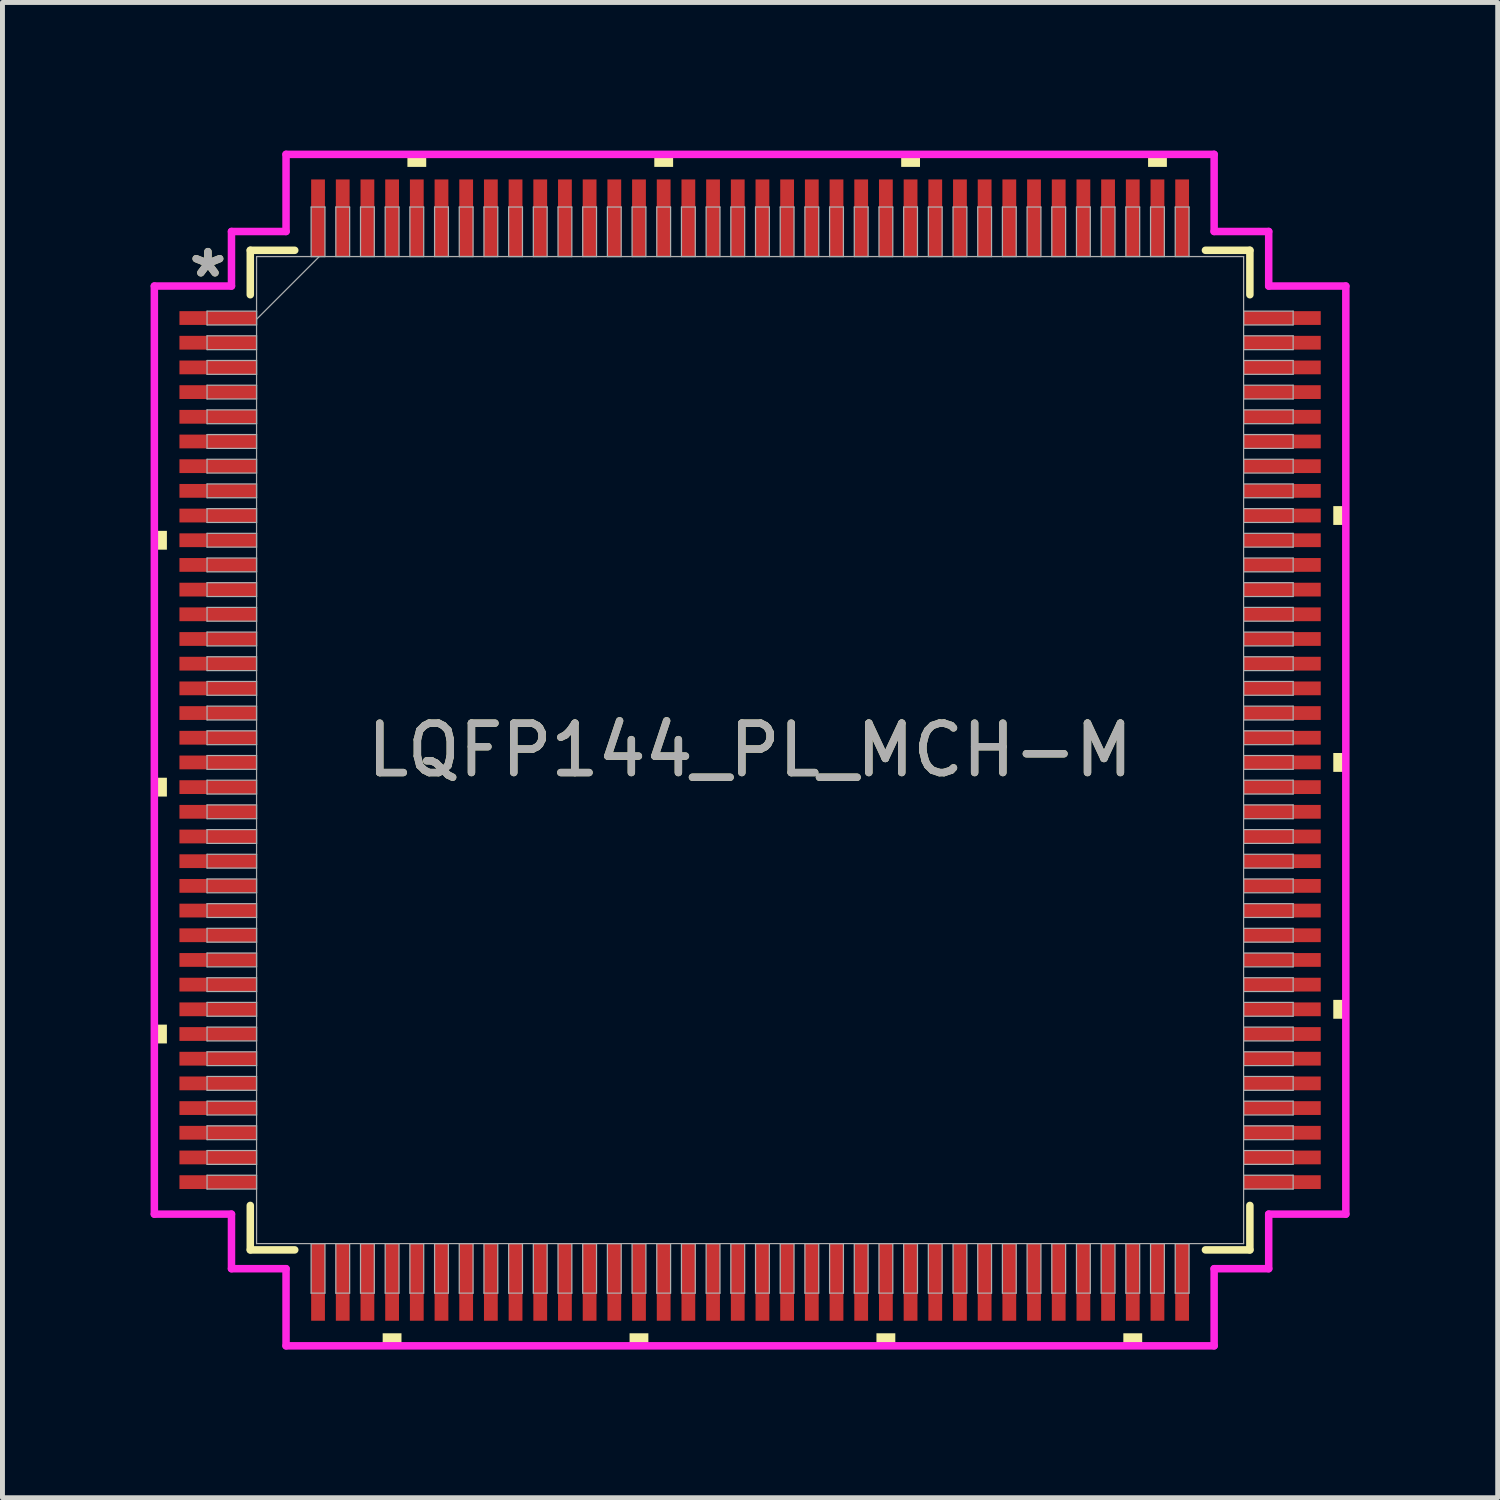
<source format=kicad_pcb>
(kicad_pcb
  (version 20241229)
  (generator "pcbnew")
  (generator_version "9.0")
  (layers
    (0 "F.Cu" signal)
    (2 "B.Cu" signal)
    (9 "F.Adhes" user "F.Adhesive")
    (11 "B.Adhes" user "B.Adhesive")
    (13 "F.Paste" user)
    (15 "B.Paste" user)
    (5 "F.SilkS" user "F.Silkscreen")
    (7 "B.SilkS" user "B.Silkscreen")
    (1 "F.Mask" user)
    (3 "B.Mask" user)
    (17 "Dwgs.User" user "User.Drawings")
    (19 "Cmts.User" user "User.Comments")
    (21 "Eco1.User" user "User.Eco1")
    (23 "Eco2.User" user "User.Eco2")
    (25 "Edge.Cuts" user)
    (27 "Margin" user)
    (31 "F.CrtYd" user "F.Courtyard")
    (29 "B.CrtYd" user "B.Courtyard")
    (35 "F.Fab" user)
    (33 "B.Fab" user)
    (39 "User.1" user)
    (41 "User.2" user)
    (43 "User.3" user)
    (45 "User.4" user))
  (footprint "LQFP144_PL_MCH-M"
    (layer "F.Cu")
    (at 12.141 12.141)
    (property "Reference" "LQFP144_PL_MCH-M" (at 0 0 0) (unlocked yes) (layer "F.SilkS") (effects (font (size 1 1) (thickness 0.15))))
    (attr smd)
    (fp_line (start -10.122 -10.122) (end -10.122 -9.222) (stroke (width 0.152) (type solid)) (layer "F.SilkS"))
    (fp_line (start -10.122 9.222) (end -10.122 10.122) (stroke (width 0.152) (type solid)) (layer "F.SilkS"))
    (fp_line (start -10.122 10.122) (end -9.222 10.122) (stroke (width 0.152) (type solid)) (layer "F.SilkS"))
    (fp_line (start -9.222 -10.122) (end -10.122 -10.122) (stroke (width 0.152) (type solid)) (layer "F.SilkS"))
    (fp_line (start 9.222 10.122) (end 10.122 10.122) (stroke (width 0.152) (type solid)) (layer "F.SilkS"))
    (fp_line (start 10.122 -10.122) (end 9.222 -10.122) (stroke (width 0.152) (type solid)) (layer "F.SilkS"))
    (fp_line (start 10.122 -9.222) (end 10.122 -10.122) (stroke (width 0.152) (type solid)) (layer "F.SilkS"))
    (fp_line (start 10.122 10.122) (end 10.122 9.222) (stroke (width 0.152) (type solid)) (layer "F.SilkS"))
    (fp_poly (pts (xy -12.065 -4.44) (xy -12.065 -4.059) (xy -11.811 -4.059) (xy -11.811 -4.44)) (stroke (width 0) (type solid)) (fill yes) (layer "F.SilkS"))
    (fp_poly (pts (xy -12.065 0.56) (xy -12.065 0.941) (xy -11.811 0.941) (xy -11.811 0.56)) (stroke (width 0) (type solid)) (fill yes) (layer "F.SilkS"))
    (fp_poly (pts (xy -12.065 5.56) (xy -12.065 5.941) (xy -11.811 5.941) (xy -11.811 5.56)) (stroke (width 0) (type solid)) (fill yes) (layer "F.SilkS"))
    (fp_poly (pts (xy -7.441 11.811) (xy -7.441 12.065) (xy -7.06 12.065) (xy -7.06 11.811)) (stroke (width 0) (type solid)) (fill yes) (layer "F.SilkS"))
    (fp_poly (pts (xy -6.94 -11.811) (xy -6.94 -12.065) (xy -6.559 -12.065) (xy -6.559 -11.811)) (stroke (width 0) (type solid)) (fill yes) (layer "F.SilkS"))
    (fp_poly (pts (xy -2.441 11.811) (xy -2.441 12.065) (xy -2.06 12.065) (xy -2.06 11.811)) (stroke (width 0) (type solid)) (fill yes) (layer "F.SilkS"))
    (fp_poly (pts (xy -1.94 -11.811) (xy -1.94 -12.065) (xy -1.559 -12.065) (xy -1.559 -11.811)) (stroke (width 0) (type solid)) (fill yes) (layer "F.SilkS"))
    (fp_poly (pts (xy 2.559 11.811) (xy 2.559 12.065) (xy 2.941 12.065) (xy 2.941 11.811)) (stroke (width 0) (type solid)) (fill yes) (layer "F.SilkS"))
    (fp_poly (pts (xy 3.06 -11.811) (xy 3.06 -12.065) (xy 3.441 -12.065) (xy 3.441 -11.811)) (stroke (width 0) (type solid)) (fill yes) (layer "F.SilkS"))
    (fp_poly (pts (xy 7.559 11.811) (xy 7.559 12.065) (xy 7.941 12.065) (xy 7.941 11.811)) (stroke (width 0) (type solid)) (fill yes) (layer "F.SilkS"))
    (fp_poly (pts (xy 8.06 -11.811) (xy 8.06 -12.065) (xy 8.441 -12.065) (xy 8.441 -11.811)) (stroke (width 0) (type solid)) (fill yes) (layer "F.SilkS"))
    (fp_poly (pts (xy 12.065 -4.941) (xy 12.065 -4.56) (xy 11.811 -4.56) (xy 11.811 -4.941)) (stroke (width 0) (type solid)) (fill yes) (layer "F.SilkS"))
    (fp_poly (pts (xy 12.065 0.059) (xy 12.065 0.441) (xy 11.811 0.441) (xy 11.811 0.059)) (stroke (width 0) (type solid)) (fill yes) (layer "F.SilkS"))
    (fp_poly (pts (xy 12.065 5.059) (xy 12.065 5.441) (xy 11.811 5.441) (xy 11.811 5.059)) (stroke (width 0) (type solid)) (fill yes) (layer "F.SilkS"))
    (fp_line (start -12.065 -9.398) (end -10.503 -9.398) (stroke (width 0.152) (type solid)) (layer "F.CrtYd"))
    (fp_line (start -12.065 9.398) (end -12.065 -9.398) (stroke (width 0.152) (type solid)) (layer "F.CrtYd"))
    (fp_line (start -10.503 -10.503) (end -9.398 -10.503) (stroke (width 0.152) (type solid)) (layer "F.CrtYd"))
    (fp_line (start -10.503 -9.398) (end -10.503 -10.503) (stroke (width 0.152) (type solid)) (layer "F.CrtYd"))
    (fp_line (start -10.503 9.398) (end -12.065 9.398) (stroke (width 0.152) (type solid)) (layer "F.CrtYd"))
    (fp_line (start -10.503 10.503) (end -10.503 9.398) (stroke (width 0.152) (type solid)) (layer "F.CrtYd"))
    (fp_line (start -10.503 10.503) (end -9.398 10.503) (stroke (width 0.152) (type solid)) (layer "F.CrtYd"))
    (fp_line (start -9.398 -12.065) (end 9.398 -12.065) (stroke (width 0.152) (type solid)) (layer "F.CrtYd"))
    (fp_line (start -9.398 -10.503) (end -9.398 -12.065) (stroke (width 0.152) (type solid)) (layer "F.CrtYd"))
    (fp_line (start -9.398 10.503) (end -9.398 12.065) (stroke (width 0.152) (type solid)) (layer "F.CrtYd"))
    (fp_line (start -9.398 12.065) (end 9.398 12.065) (stroke (width 0.152) (type solid)) (layer "F.CrtYd"))
    (fp_line (start 9.398 -12.065) (end 9.398 -10.503) (stroke (width 0.152) (type solid)) (layer "F.CrtYd"))
    (fp_line (start 9.398 -10.503) (end 10.503 -10.503) (stroke (width 0.152) (type solid)) (layer "F.CrtYd"))
    (fp_line (start 9.398 10.503) (end 10.503 10.503) (stroke (width 0.152) (type solid)) (layer "F.CrtYd"))
    (fp_line (start 9.398 12.065) (end 9.398 10.503) (stroke (width 0.152) (type solid)) (layer "F.CrtYd"))
    (fp_line (start 10.503 -9.398) (end 10.503 -10.503) (stroke (width 0.152) (type solid)) (layer "F.CrtYd"))
    (fp_line (start 10.503 9.398) (end 12.065 9.398) (stroke (width 0.152) (type solid)) (layer "F.CrtYd"))
    (fp_line (start 10.503 10.503) (end 10.503 9.398) (stroke (width 0.152) (type solid)) (layer "F.CrtYd"))
    (fp_line (start 12.065 -9.398) (end 10.503 -9.398) (stroke (width 0.152) (type solid)) (layer "F.CrtYd"))
    (fp_line (start 12.065 9.398) (end 12.065 -9.398) (stroke (width 0.152) (type solid)) (layer "F.CrtYd"))
    (fp_line (start -10.998 -8.89) (end -10.998 -8.61) (stroke (width 0.025) (type solid)) (layer "F.Fab"))
    (fp_line (start -10.998 -8.61) (end -9.995 -8.61) (stroke (width 0.025) (type solid)) (layer "F.Fab"))
    (fp_line (start -10.998 -8.39) (end -10.998 -8.11) (stroke (width 0.025) (type solid)) (layer "F.Fab"))
    (fp_line (start -10.998 -8.11) (end -9.995 -8.11) (stroke (width 0.025) (type solid)) (layer "F.Fab"))
    (fp_line (start -10.998 -7.89) (end -10.998 -7.61) (stroke (width 0.025) (type solid)) (layer "F.Fab"))
    (fp_line (start -10.998 -7.61) (end -9.995 -7.61) (stroke (width 0.025) (type solid)) (layer "F.Fab"))
    (fp_line (start -10.998 -7.39) (end -10.998 -7.11) (stroke (width 0.025) (type solid)) (layer "F.Fab"))
    (fp_line (start -10.998 -7.11) (end -9.995 -7.11) (stroke (width 0.025) (type solid)) (layer "F.Fab"))
    (fp_line (start -10.998 -6.89) (end -10.998 -6.61) (stroke (width 0.025) (type solid)) (layer "F.Fab"))
    (fp_line (start -10.998 -6.61) (end -9.995 -6.61) (stroke (width 0.025) (type solid)) (layer "F.Fab"))
    (fp_line (start -10.998 -6.39) (end -10.998 -6.11) (stroke (width 0.025) (type solid)) (layer "F.Fab"))
    (fp_line (start -10.998 -6.11) (end -9.995 -6.11) (stroke (width 0.025) (type solid)) (layer "F.Fab"))
    (fp_line (start -10.998 -5.89) (end -10.998 -5.61) (stroke (width 0.025) (type solid)) (layer "F.Fab"))
    (fp_line (start -10.998 -5.61) (end -9.995 -5.61) (stroke (width 0.025) (type solid)) (layer "F.Fab"))
    (fp_line (start -10.998 -5.39) (end -10.998 -5.11) (stroke (width 0.025) (type solid)) (layer "F.Fab"))
    (fp_line (start -10.998 -5.11) (end -9.995 -5.11) (stroke (width 0.025) (type solid)) (layer "F.Fab"))
    (fp_line (start -10.998 -4.89) (end -10.998 -4.61) (stroke (width 0.025) (type solid)) (layer "F.Fab"))
    (fp_line (start -10.998 -4.61) (end -9.995 -4.61) (stroke (width 0.025) (type solid)) (layer "F.Fab"))
    (fp_line (start -10.998 -4.39) (end -10.998 -4.11) (stroke (width 0.025) (type solid)) (layer "F.Fab"))
    (fp_line (start -10.998 -4.11) (end -9.995 -4.11) (stroke (width 0.025) (type solid)) (layer "F.Fab"))
    (fp_line (start -10.998 -3.89) (end -10.998 -3.61) (stroke (width 0.025) (type solid)) (layer "F.Fab"))
    (fp_line (start -10.998 -3.61) (end -9.995 -3.61) (stroke (width 0.025) (type solid)) (layer "F.Fab"))
    (fp_line (start -10.998 -3.39) (end -10.998 -3.11) (stroke (width 0.025) (type solid)) (layer "F.Fab"))
    (fp_line (start -10.998 -3.11) (end -9.995 -3.11) (stroke (width 0.025) (type solid)) (layer "F.Fab"))
    (fp_line (start -10.998 -2.89) (end -10.998 -2.61) (stroke (width 0.025) (type solid)) (layer "F.Fab"))
    (fp_line (start -10.998 -2.61) (end -9.995 -2.61) (stroke (width 0.025) (type solid)) (layer "F.Fab"))
    (fp_line (start -10.998 -2.39) (end -10.998 -2.11) (stroke (width 0.025) (type solid)) (layer "F.Fab"))
    (fp_line (start -10.998 -2.11) (end -9.995 -2.11) (stroke (width 0.025) (type solid)) (layer "F.Fab"))
    (fp_line (start -10.998 -1.89) (end -10.998 -1.61) (stroke (width 0.025) (type solid)) (layer "F.Fab"))
    (fp_line (start -10.998 -1.61) (end -9.995 -1.61) (stroke (width 0.025) (type solid)) (layer "F.Fab"))
    (fp_line (start -10.998 -1.39) (end -10.998 -1.11) (stroke (width 0.025) (type solid)) (layer "F.Fab"))
    (fp_line (start -10.998 -1.11) (end -9.995 -1.11) (stroke (width 0.025) (type solid)) (layer "F.Fab"))
    (fp_line (start -10.998 -0.89) (end -10.998 -0.61) (stroke (width 0.025) (type solid)) (layer "F.Fab"))
    (fp_line (start -10.998 -0.61) (end -9.995 -0.61) (stroke (width 0.025) (type solid)) (layer "F.Fab"))
    (fp_line (start -10.998 -0.39) (end -10.998 -0.11) (stroke (width 0.025) (type solid)) (layer "F.Fab"))
    (fp_line (start -10.998 -0.11) (end -9.995 -0.11) (stroke (width 0.025) (type solid)) (layer "F.Fab"))
    (fp_line (start -10.998 0.11) (end -10.998 0.39) (stroke (width 0.025) (type solid)) (layer "F.Fab"))
    (fp_line (start -10.998 0.39) (end -9.995 0.39) (stroke (width 0.025) (type solid)) (layer "F.Fab"))
    (fp_line (start -10.998 0.61) (end -10.998 0.89) (stroke (width 0.025) (type solid)) (layer "F.Fab"))
    (fp_line (start -10.998 0.89) (end -9.995 0.89) (stroke (width 0.025) (type solid)) (layer "F.Fab"))
    (fp_line (start -10.998 1.11) (end -10.998 1.39) (stroke (width 0.025) (type solid)) (layer "F.Fab"))
    (fp_line (start -10.998 1.39) (end -9.995 1.39) (stroke (width 0.025) (type solid)) (layer "F.Fab"))
    (fp_line (start -10.998 1.61) (end -10.998 1.89) (stroke (width 0.025) (type solid)) (layer "F.Fab"))
    (fp_line (start -10.998 1.89) (end -9.995 1.89) (stroke (width 0.025) (type solid)) (layer "F.Fab"))
    (fp_line (start -10.998 2.11) (end -10.998 2.39) (stroke (width 0.025) (type solid)) (layer "F.Fab"))
    (fp_line (start -10.998 2.39) (end -9.995 2.39) (stroke (width 0.025) (type solid)) (layer "F.Fab"))
    (fp_line (start -10.998 2.61) (end -10.998 2.89) (stroke (width 0.025) (type solid)) (layer "F.Fab"))
    (fp_line (start -10.998 2.89) (end -9.995 2.89) (stroke (width 0.025) (type solid)) (layer "F.Fab"))
    (fp_line (start -10.998 3.11) (end -10.998 3.39) (stroke (width 0.025) (type solid)) (layer "F.Fab"))
    (fp_line (start -10.998 3.39) (end -9.995 3.39) (stroke (width 0.025) (type solid)) (layer "F.Fab"))
    (fp_line (start -10.998 3.61) (end -10.998 3.89) (stroke (width 0.025) (type solid)) (layer "F.Fab"))
    (fp_line (start -10.998 3.89) (end -9.995 3.89) (stroke (width 0.025) (type solid)) (layer "F.Fab"))
    (fp_line (start -10.998 4.11) (end -10.998 4.39) (stroke (width 0.025) (type solid)) (layer "F.Fab"))
    (fp_line (start -10.998 4.39) (end -9.995 4.39) (stroke (width 0.025) (type solid)) (layer "F.Fab"))
    (fp_line (start -10.998 4.61) (end -10.998 4.89) (stroke (width 0.025) (type solid)) (layer "F.Fab"))
    (fp_line (start -10.998 4.89) (end -9.995 4.89) (stroke (width 0.025) (type solid)) (layer "F.Fab"))
    (fp_line (start -10.998 5.11) (end -10.998 5.39) (stroke (width 0.025) (type solid)) (layer "F.Fab"))
    (fp_line (start -10.998 5.39) (end -9.995 5.39) (stroke (width 0.025) (type solid)) (layer "F.Fab"))
    (fp_line (start -10.998 5.61) (end -10.998 5.89) (stroke (width 0.025) (type solid)) (layer "F.Fab"))
    (fp_line (start -10.998 5.89) (end -9.995 5.89) (stroke (width 0.025) (type solid)) (layer "F.Fab"))
    (fp_line (start -10.998 6.11) (end -10.998 6.39) (stroke (width 0.025) (type solid)) (layer "F.Fab"))
    (fp_line (start -10.998 6.39) (end -9.995 6.39) (stroke (width 0.025) (type solid)) (layer "F.Fab"))
    (fp_line (start -10.998 6.61) (end -10.998 6.89) (stroke (width 0.025) (type solid)) (layer "F.Fab"))
    (fp_line (start -10.998 6.89) (end -9.995 6.89) (stroke (width 0.025) (type solid)) (layer "F.Fab"))
    (fp_line (start -10.998 7.11) (end -10.998 7.39) (stroke (width 0.025) (type solid)) (layer "F.Fab"))
    (fp_line (start -10.998 7.39) (end -9.995 7.39) (stroke (width 0.025) (type solid)) (layer "F.Fab"))
    (fp_line (start -10.998 7.61) (end -10.998 7.89) (stroke (width 0.025) (type solid)) (layer "F.Fab"))
    (fp_line (start -10.998 7.89) (end -9.995 7.89) (stroke (width 0.025) (type solid)) (layer "F.Fab"))
    (fp_line (start -10.998 8.11) (end -10.998 8.39) (stroke (width 0.025) (type solid)) (layer "F.Fab"))
    (fp_line (start -10.998 8.39) (end -9.995 8.39) (stroke (width 0.025) (type solid)) (layer "F.Fab"))
    (fp_line (start -10.998 8.61) (end -10.998 8.89) (stroke (width 0.025) (type solid)) (layer "F.Fab"))
    (fp_line (start -10.998 8.89) (end -9.995 8.89) (stroke (width 0.025) (type solid)) (layer "F.Fab"))
    (fp_line (start -9.995 -9.995) (end -9.995 9.995) (stroke (width 0.025) (type solid)) (layer "F.Fab"))
    (fp_line (start -9.995 -8.89) (end -10.998 -8.89) (stroke (width 0.025) (type solid)) (layer "F.Fab"))
    (fp_line (start -9.995 -8.725) (end -8.725 -9.995) (stroke (width 0.025) (type solid)) (layer "F.Fab"))
    (fp_line (start -9.995 -8.61) (end -9.995 -8.89) (stroke (width 0.025) (type solid)) (layer "F.Fab"))
    (fp_line (start -9.995 -8.39) (end -10.998 -8.39) (stroke (width 0.025) (type solid)) (layer "F.Fab"))
    (fp_line (start -9.995 -8.11) (end -9.995 -8.39) (stroke (width 0.025) (type solid)) (layer "F.Fab"))
    (fp_line (start -9.995 -7.89) (end -10.998 -7.89) (stroke (width 0.025) (type solid)) (layer "F.Fab"))
    (fp_line (start -9.995 -7.61) (end -9.995 -7.89) (stroke (width 0.025) (type solid)) (layer "F.Fab"))
    (fp_line (start -9.995 -7.39) (end -10.998 -7.39) (stroke (width 0.025) (type solid)) (layer "F.Fab"))
    (fp_line (start -9.995 -7.11) (end -9.995 -7.39) (stroke (width 0.025) (type solid)) (layer "F.Fab"))
    (fp_line (start -9.995 -6.89) (end -10.998 -6.89) (stroke (width 0.025) (type solid)) (layer "F.Fab"))
    (fp_line (start -9.995 -6.61) (end -9.995 -6.89) (stroke (width 0.025) (type solid)) (layer "F.Fab"))
    (fp_line (start -9.995 -6.39) (end -10.998 -6.39) (stroke (width 0.025) (type solid)) (layer "F.Fab"))
    (fp_line (start -9.995 -6.11) (end -9.995 -6.39) (stroke (width 0.025) (type solid)) (layer "F.Fab"))
    (fp_line (start -9.995 -5.89) (end -10.998 -5.89) (stroke (width 0.025) (type solid)) (layer "F.Fab"))
    (fp_line (start -9.995 -5.61) (end -9.995 -5.89) (stroke (width 0.025) (type solid)) (layer "F.Fab"))
    (fp_line (start -9.995 -5.39) (end -10.998 -5.39) (stroke (width 0.025) (type solid)) (layer "F.Fab"))
    (fp_line (start -9.995 -5.11) (end -9.995 -5.39) (stroke (width 0.025) (type solid)) (layer "F.Fab"))
    (fp_line (start -9.995 -4.89) (end -10.998 -4.89) (stroke (width 0.025) (type solid)) (layer "F.Fab"))
    (fp_line (start -9.995 -4.61) (end -9.995 -4.89) (stroke (width 0.025) (type solid)) (layer "F.Fab"))
    (fp_line (start -9.995 -4.39) (end -10.998 -4.39) (stroke (width 0.025) (type solid)) (layer "F.Fab"))
    (fp_line (start -9.995 -4.11) (end -9.995 -4.39) (stroke (width 0.025) (type solid)) (layer "F.Fab"))
    (fp_line (start -9.995 -3.89) (end -10.998 -3.89) (stroke (width 0.025) (type solid)) (layer "F.Fab"))
    (fp_line (start -9.995 -3.61) (end -9.995 -3.89) (stroke (width 0.025) (type solid)) (layer "F.Fab"))
    (fp_line (start -9.995 -3.39) (end -10.998 -3.39) (stroke (width 0.025) (type solid)) (layer "F.Fab"))
    (fp_line (start -9.995 -3.11) (end -9.995 -3.39) (stroke (width 0.025) (type solid)) (layer "F.Fab"))
    (fp_line (start -9.995 -2.89) (end -10.998 -2.89) (stroke (width 0.025) (type solid)) (layer "F.Fab"))
    (fp_line (start -9.995 -2.61) (end -9.995 -2.89) (stroke (width 0.025) (type solid)) (layer "F.Fab"))
    (fp_line (start -9.995 -2.39) (end -10.998 -2.39) (stroke (width 0.025) (type solid)) (layer "F.Fab"))
    (fp_line (start -9.995 -2.11) (end -9.995 -2.39) (stroke (width 0.025) (type solid)) (layer "F.Fab"))
    (fp_line (start -9.995 -1.89) (end -10.998 -1.89) (stroke (width 0.025) (type solid)) (layer "F.Fab"))
    (fp_line (start -9.995 -1.61) (end -9.995 -1.89) (stroke (width 0.025) (type solid)) (layer "F.Fab"))
    (fp_line (start -9.995 -1.39) (end -10.998 -1.39) (stroke (width 0.025) (type solid)) (layer "F.Fab"))
    (fp_line (start -9.995 -1.11) (end -9.995 -1.39) (stroke (width 0.025) (type solid)) (layer "F.Fab"))
    (fp_line (start -9.995 -0.89) (end -10.998 -0.89) (stroke (width 0.025) (type solid)) (layer "F.Fab"))
    (fp_line (start -9.995 -0.61) (end -9.995 -0.89) (stroke (width 0.025) (type solid)) (layer "F.Fab"))
    (fp_line (start -9.995 -0.39) (end -10.998 -0.39) (stroke (width 0.025) (type solid)) (layer "F.Fab"))
    (fp_line (start -9.995 -0.11) (end -9.995 -0.39) (stroke (width 0.025) (type solid)) (layer "F.Fab"))
    (fp_line (start -9.995 0.11) (end -10.998 0.11) (stroke (width 0.025) (type solid)) (layer "F.Fab"))
    (fp_line (start -9.995 0.39) (end -9.995 0.11) (stroke (width 0.025) (type solid)) (layer "F.Fab"))
    (fp_line (start -9.995 0.61) (end -10.998 0.61) (stroke (width 0.025) (type solid)) (layer "F.Fab"))
    (fp_line (start -9.995 0.89) (end -9.995 0.61) (stroke (width 0.025) (type solid)) (layer "F.Fab"))
    (fp_line (start -9.995 1.11) (end -10.998 1.11) (stroke (width 0.025) (type solid)) (layer "F.Fab"))
    (fp_line (start -9.995 1.39) (end -9.995 1.11) (stroke (width 0.025) (type solid)) (layer "F.Fab"))
    (fp_line (start -9.995 1.61) (end -10.998 1.61) (stroke (width 0.025) (type solid)) (layer "F.Fab"))
    (fp_line (start -9.995 1.89) (end -9.995 1.61) (stroke (width 0.025) (type solid)) (layer "F.Fab"))
    (fp_line (start -9.995 2.11) (end -10.998 2.11) (stroke (width 0.025) (type solid)) (layer "F.Fab"))
    (fp_line (start -9.995 2.39) (end -9.995 2.11) (stroke (width 0.025) (type solid)) (layer "F.Fab"))
    (fp_line (start -9.995 2.61) (end -10.998 2.61) (stroke (width 0.025) (type solid)) (layer "F.Fab"))
    (fp_line (start -9.995 2.89) (end -9.995 2.61) (stroke (width 0.025) (type solid)) (layer "F.Fab"))
    (fp_line (start -9.995 3.11) (end -10.998 3.11) (stroke (width 0.025) (type solid)) (layer "F.Fab"))
    (fp_line (start -9.995 3.39) (end -9.995 3.11) (stroke (width 0.025) (type solid)) (layer "F.Fab"))
    (fp_line (start -9.995 3.61) (end -10.998 3.61) (stroke (width 0.025) (type solid)) (layer "F.Fab"))
    (fp_line (start -9.995 3.89) (end -9.995 3.61) (stroke (width 0.025) (type solid)) (layer "F.Fab"))
    (fp_line (start -9.995 4.11) (end -10.998 4.11) (stroke (width 0.025) (type solid)) (layer "F.Fab"))
    (fp_line (start -9.995 4.39) (end -9.995 4.11) (stroke (width 0.025) (type solid)) (layer "F.Fab"))
    (fp_line (start -9.995 4.61) (end -10.998 4.61) (stroke (width 0.025) (type solid)) (layer "F.Fab"))
    (fp_line (start -9.995 4.89) (end -9.995 4.61) (stroke (width 0.025) (type solid)) (layer "F.Fab"))
    (fp_line (start -9.995 5.11) (end -10.998 5.11) (stroke (width 0.025) (type solid)) (layer "F.Fab"))
    (fp_line (start -9.995 5.39) (end -9.995 5.11) (stroke (width 0.025) (type solid)) (layer "F.Fab"))
    (fp_line (start -9.995 5.61) (end -10.998 5.61) (stroke (width 0.025) (type solid)) (layer "F.Fab"))
    (fp_line (start -9.995 5.89) (end -9.995 5.61) (stroke (width 0.025) (type solid)) (layer "F.Fab"))
    (fp_line (start -9.995 6.11) (end -10.998 6.11) (stroke (width 0.025) (type solid)) (layer "F.Fab"))
    (fp_line (start -9.995 6.39) (end -9.995 6.11) (stroke (width 0.025) (type solid)) (layer "F.Fab"))
    (fp_line (start -9.995 6.61) (end -10.998 6.61) (stroke (width 0.025) (type solid)) (layer "F.Fab"))
    (fp_line (start -9.995 6.89) (end -9.995 6.61) (stroke (width 0.025) (type solid)) (layer "F.Fab"))
    (fp_line (start -9.995 7.11) (end -10.998 7.11) (stroke (width 0.025) (type solid)) (layer "F.Fab"))
    (fp_line (start -9.995 7.39) (end -9.995 7.11) (stroke (width 0.025) (type solid)) (layer "F.Fab"))
    (fp_line (start -9.995 7.61) (end -10.998 7.61) (stroke (width 0.025) (type solid)) (layer "F.Fab"))
    (fp_line (start -9.995 7.89) (end -9.995 7.61) (stroke (width 0.025) (type solid)) (layer "F.Fab"))
    (fp_line (start -9.995 8.11) (end -10.998 8.11) (stroke (width 0.025) (type solid)) (layer "F.Fab"))
    (fp_line (start -9.995 8.39) (end -9.995 8.11) (stroke (width 0.025) (type solid)) (layer "F.Fab"))
    (fp_line (start -9.995 8.61) (end -10.998 8.61) (stroke (width 0.025) (type solid)) (layer "F.Fab"))
    (fp_line (start -9.995 8.89) (end -9.995 8.61) (stroke (width 0.025) (type solid)) (layer "F.Fab"))
    (fp_line (start -9.995 9.995) (end 9.995 9.995) (stroke (width 0.025) (type solid)) (layer "F.Fab"))
    (fp_line (start -8.89 -10.998) (end -8.89 -9.995) (stroke (width 0.025) (type solid)) (layer "F.Fab"))
    (fp_line (start -8.89 -9.995) (end -8.61 -9.995) (stroke (width 0.025) (type solid)) (layer "F.Fab"))
    (fp_line (start -8.89 9.995) (end -8.89 10.998) (stroke (width 0.025) (type solid)) (layer "F.Fab"))
    (fp_line (start -8.89 10.998) (end -8.61 10.998) (stroke (width 0.025) (type solid)) (layer "F.Fab"))
    (fp_line (start -8.61 -10.998) (end -8.89 -10.998) (stroke (width 0.025) (type solid)) (layer "F.Fab"))
    (fp_line (start -8.61 -9.995) (end -8.61 -10.998) (stroke (width 0.025) (type solid)) (layer "F.Fab"))
    (fp_line (start -8.61 9.995) (end -8.89 9.995) (stroke (width 0.025) (type solid)) (layer "F.Fab"))
    (fp_line (start -8.61 10.998) (end -8.61 9.995) (stroke (width 0.025) (type solid)) (layer "F.Fab"))
    (fp_line (start -8.39 -10.998) (end -8.39 -9.995) (stroke (width 0.025) (type solid)) (layer "F.Fab"))
    (fp_line (start -8.39 -9.995) (end -8.11 -9.995) (stroke (width 0.025) (type solid)) (layer "F.Fab"))
    (fp_line (start -8.39 9.995) (end -8.39 10.998) (stroke (width 0.025) (type solid)) (layer "F.Fab"))
    (fp_line (start -8.39 10.998) (end -8.11 10.998) (stroke (width 0.025) (type solid)) (layer "F.Fab"))
    (fp_line (start -8.11 -10.998) (end -8.39 -10.998) (stroke (width 0.025) (type solid)) (layer "F.Fab"))
    (fp_line (start -8.11 -9.995) (end -8.11 -10.998) (stroke (width 0.025) (type solid)) (layer "F.Fab"))
    (fp_line (start -8.11 9.995) (end -8.39 9.995) (stroke (width 0.025) (type solid)) (layer "F.Fab"))
    (fp_line (start -8.11 10.998) (end -8.11 9.995) (stroke (width 0.025) (type solid)) (layer "F.Fab"))
    (fp_line (start -7.89 -10.998) (end -7.89 -9.995) (stroke (width 0.025) (type solid)) (layer "F.Fab"))
    (fp_line (start -7.89 -9.995) (end -7.61 -9.995) (stroke (width 0.025) (type solid)) (layer "F.Fab"))
    (fp_line (start -7.89 9.995) (end -7.89 10.998) (stroke (width 0.025) (type solid)) (layer "F.Fab"))
    (fp_line (start -7.89 10.998) (end -7.61 10.998) (stroke (width 0.025) (type solid)) (layer "F.Fab"))
    (fp_line (start -7.61 -10.998) (end -7.89 -10.998) (stroke (width 0.025) (type solid)) (layer "F.Fab"))
    (fp_line (start -7.61 -9.995) (end -7.61 -10.998) (stroke (width 0.025) (type solid)) (layer "F.Fab"))
    (fp_line (start -7.61 9.995) (end -7.89 9.995) (stroke (width 0.025) (type solid)) (layer "F.Fab"))
    (fp_line (start -7.61 10.998) (end -7.61 9.995) (stroke (width 0.025) (type solid)) (layer "F.Fab"))
    (fp_line (start -7.39 -10.998) (end -7.39 -9.995) (stroke (width 0.025) (type solid)) (layer "F.Fab"))
    (fp_line (start -7.39 -9.995) (end -7.11 -9.995) (stroke (width 0.025) (type solid)) (layer "F.Fab"))
    (fp_line (start -7.39 9.995) (end -7.39 10.998) (stroke (width 0.025) (type solid)) (layer "F.Fab"))
    (fp_line (start -7.39 10.998) (end -7.11 10.998) (stroke (width 0.025) (type solid)) (layer "F.Fab"))
    (fp_line (start -7.11 -10.998) (end -7.39 -10.998) (stroke (width 0.025) (type solid)) (layer "F.Fab"))
    (fp_line (start -7.11 -9.995) (end -7.11 -10.998) (stroke (width 0.025) (type solid)) (layer "F.Fab"))
    (fp_line (start -7.11 9.995) (end -7.39 9.995) (stroke (width 0.025) (type solid)) (layer "F.Fab"))
    (fp_line (start -7.11 10.998) (end -7.11 9.995) (stroke (width 0.025) (type solid)) (layer "F.Fab"))
    (fp_line (start -6.89 -10.998) (end -6.89 -9.995) (stroke (width 0.025) (type solid)) (layer "F.Fab"))
    (fp_line (start -6.89 -9.995) (end -6.61 -9.995) (stroke (width 0.025) (type solid)) (layer "F.Fab"))
    (fp_line (start -6.89 9.995) (end -6.89 10.998) (stroke (width 0.025) (type solid)) (layer "F.Fab"))
    (fp_line (start -6.89 10.998) (end -6.61 10.998) (stroke (width 0.025) (type solid)) (layer "F.Fab"))
    (fp_line (start -6.61 -10.998) (end -6.89 -10.998) (stroke (width 0.025) (type solid)) (layer "F.Fab"))
    (fp_line (start -6.61 -9.995) (end -6.61 -10.998) (stroke (width 0.025) (type solid)) (layer "F.Fab"))
    (fp_line (start -6.61 9.995) (end -6.89 9.995) (stroke (width 0.025) (type solid)) (layer "F.Fab"))
    (fp_line (start -6.61 10.998) (end -6.61 9.995) (stroke (width 0.025) (type solid)) (layer "F.Fab"))
    (fp_line (start -6.39 -10.998) (end -6.39 -9.995) (stroke (width 0.025) (type solid)) (layer "F.Fab"))
    (fp_line (start -6.39 -9.995) (end -6.11 -9.995) (stroke (width 0.025) (type solid)) (layer "F.Fab"))
    (fp_line (start -6.39 9.995) (end -6.39 10.998) (stroke (width 0.025) (type solid)) (layer "F.Fab"))
    (fp_line (start -6.39 10.998) (end -6.11 10.998) (stroke (width 0.025) (type solid)) (layer "F.Fab"))
    (fp_line (start -6.11 -10.998) (end -6.39 -10.998) (stroke (width 0.025) (type solid)) (layer "F.Fab"))
    (fp_line (start -6.11 -9.995) (end -6.11 -10.998) (stroke (width 0.025) (type solid)) (layer "F.Fab"))
    (fp_line (start -6.11 9.995) (end -6.39 9.995) (stroke (width 0.025) (type solid)) (layer "F.Fab"))
    (fp_line (start -6.11 10.998) (end -6.11 9.995) (stroke (width 0.025) (type solid)) (layer "F.Fab"))
    (fp_line (start -5.89 -10.998) (end -5.89 -9.995) (stroke (width 0.025) (type solid)) (layer "F.Fab"))
    (fp_line (start -5.89 -9.995) (end -5.61 -9.995) (stroke (width 0.025) (type solid)) (layer "F.Fab"))
    (fp_line (start -5.89 9.995) (end -5.89 10.998) (stroke (width 0.025) (type solid)) (layer "F.Fab"))
    (fp_line (start -5.89 10.998) (end -5.61 10.998) (stroke (width 0.025) (type solid)) (layer "F.Fab"))
    (fp_line (start -5.61 -10.998) (end -5.89 -10.998) (stroke (width 0.025) (type solid)) (layer "F.Fab"))
    (fp_line (start -5.61 -9.995) (end -5.61 -10.998) (stroke (width 0.025) (type solid)) (layer "F.Fab"))
    (fp_line (start -5.61 9.995) (end -5.89 9.995) (stroke (width 0.025) (type solid)) (layer "F.Fab"))
    (fp_line (start -5.61 10.998) (end -5.61 9.995) (stroke (width 0.025) (type solid)) (layer "F.Fab"))
    (fp_line (start -5.39 -10.998) (end -5.39 -9.995) (stroke (width 0.025) (type solid)) (layer "F.Fab"))
    (fp_line (start -5.39 -9.995) (end -5.11 -9.995) (stroke (width 0.025) (type solid)) (layer "F.Fab"))
    (fp_line (start -5.39 9.995) (end -5.39 10.998) (stroke (width 0.025) (type solid)) (layer "F.Fab"))
    (fp_line (start -5.39 10.998) (end -5.11 10.998) (stroke (width 0.025) (type solid)) (layer "F.Fab"))
    (fp_line (start -5.11 -10.998) (end -5.39 -10.998) (stroke (width 0.025) (type solid)) (layer "F.Fab"))
    (fp_line (start -5.11 -9.995) (end -5.11 -10.998) (stroke (width 0.025) (type solid)) (layer "F.Fab"))
    (fp_line (start -5.11 9.995) (end -5.39 9.995) (stroke (width 0.025) (type solid)) (layer "F.Fab"))
    (fp_line (start -5.11 10.998) (end -5.11 9.995) (stroke (width 0.025) (type solid)) (layer "F.Fab"))
    (fp_line (start -4.89 -10.998) (end -4.89 -9.995) (stroke (width 0.025) (type solid)) (layer "F.Fab"))
    (fp_line (start -4.89 -9.995) (end -4.61 -9.995) (stroke (width 0.025) (type solid)) (layer "F.Fab"))
    (fp_line (start -4.89 9.995) (end -4.89 10.998) (stroke (width 0.025) (type solid)) (layer "F.Fab"))
    (fp_line (start -4.89 10.998) (end -4.61 10.998) (stroke (width 0.025) (type solid)) (layer "F.Fab"))
    (fp_line (start -4.61 -10.998) (end -4.89 -10.998) (stroke (width 0.025) (type solid)) (layer "F.Fab"))
    (fp_line (start -4.61 -9.995) (end -4.61 -10.998) (stroke (width 0.025) (type solid)) (layer "F.Fab"))
    (fp_line (start -4.61 9.995) (end -4.89 9.995) (stroke (width 0.025) (type solid)) (layer "F.Fab"))
    (fp_line (start -4.61 10.998) (end -4.61 9.995) (stroke (width 0.025) (type solid)) (layer "F.Fab"))
    (fp_line (start -4.39 -10.998) (end -4.39 -9.995) (stroke (width 0.025) (type solid)) (layer "F.Fab"))
    (fp_line (start -4.39 -9.995) (end -4.11 -9.995) (stroke (width 0.025) (type solid)) (layer "F.Fab"))
    (fp_line (start -4.39 9.995) (end -4.39 10.998) (stroke (width 0.025) (type solid)) (layer "F.Fab"))
    (fp_line (start -4.39 10.998) (end -4.11 10.998) (stroke (width 0.025) (type solid)) (layer "F.Fab"))
    (fp_line (start -4.11 -10.998) (end -4.39 -10.998) (stroke (width 0.025) (type solid)) (layer "F.Fab"))
    (fp_line (start -4.11 -9.995) (end -4.11 -10.998) (stroke (width 0.025) (type solid)) (layer "F.Fab"))
    (fp_line (start -4.11 9.995) (end -4.39 9.995) (stroke (width 0.025) (type solid)) (layer "F.Fab"))
    (fp_line (start -4.11 10.998) (end -4.11 9.995) (stroke (width 0.025) (type solid)) (layer "F.Fab"))
    (fp_line (start -3.89 -10.998) (end -3.89 -9.995) (stroke (width 0.025) (type solid)) (layer "F.Fab"))
    (fp_line (start -3.89 -9.995) (end -3.61 -9.995) (stroke (width 0.025) (type solid)) (layer "F.Fab"))
    (fp_line (start -3.89 9.995) (end -3.89 10.998) (stroke (width 0.025) (type solid)) (layer "F.Fab"))
    (fp_line (start -3.89 10.998) (end -3.61 10.998) (stroke (width 0.025) (type solid)) (layer "F.Fab"))
    (fp_line (start -3.61 -10.998) (end -3.89 -10.998) (stroke (width 0.025) (type solid)) (layer "F.Fab"))
    (fp_line (start -3.61 -9.995) (end -3.61 -10.998) (stroke (width 0.025) (type solid)) (layer "F.Fab"))
    (fp_line (start -3.61 9.995) (end -3.89 9.995) (stroke (width 0.025) (type solid)) (layer "F.Fab"))
    (fp_line (start -3.61 10.998) (end -3.61 9.995) (stroke (width 0.025) (type solid)) (layer "F.Fab"))
    (fp_line (start -3.39 -10.998) (end -3.39 -9.995) (stroke (width 0.025) (type solid)) (layer "F.Fab"))
    (fp_line (start -3.39 -9.995) (end -3.11 -9.995) (stroke (width 0.025) (type solid)) (layer "F.Fab"))
    (fp_line (start -3.39 9.995) (end -3.39 10.998) (stroke (width 0.025) (type solid)) (layer "F.Fab"))
    (fp_line (start -3.39 10.998) (end -3.11 10.998) (stroke (width 0.025) (type solid)) (layer "F.Fab"))
    (fp_line (start -3.11 -10.998) (end -3.39 -10.998) (stroke (width 0.025) (type solid)) (layer "F.Fab"))
    (fp_line (start -3.11 -9.995) (end -3.11 -10.998) (stroke (width 0.025) (type solid)) (layer "F.Fab"))
    (fp_line (start -3.11 9.995) (end -3.39 9.995) (stroke (width 0.025) (type solid)) (layer "F.Fab"))
    (fp_line (start -3.11 10.998) (end -3.11 9.995) (stroke (width 0.025) (type solid)) (layer "F.Fab"))
    (fp_line (start -2.89 -10.998) (end -2.89 -9.995) (stroke (width 0.025) (type solid)) (layer "F.Fab"))
    (fp_line (start -2.89 -9.995) (end -2.61 -9.995) (stroke (width 0.025) (type solid)) (layer "F.Fab"))
    (fp_line (start -2.89 9.995) (end -2.89 10.998) (stroke (width 0.025) (type solid)) (layer "F.Fab"))
    (fp_line (start -2.89 10.998) (end -2.61 10.998) (stroke (width 0.025) (type solid)) (layer "F.Fab"))
    (fp_line (start -2.61 -10.998) (end -2.89 -10.998) (stroke (width 0.025) (type solid)) (layer "F.Fab"))
    (fp_line (start -2.61 -9.995) (end -2.61 -10.998) (stroke (width 0.025) (type solid)) (layer "F.Fab"))
    (fp_line (start -2.61 9.995) (end -2.89 9.995) (stroke (width 0.025) (type solid)) (layer "F.Fab"))
    (fp_line (start -2.61 10.998) (end -2.61 9.995) (stroke (width 0.025) (type solid)) (layer "F.Fab"))
    (fp_line (start -2.39 -10.998) (end -2.39 -9.995) (stroke (width 0.025) (type solid)) (layer "F.Fab"))
    (fp_line (start -2.39 -9.995) (end -2.11 -9.995) (stroke (width 0.025) (type solid)) (layer "F.Fab"))
    (fp_line (start -2.39 9.995) (end -2.39 10.998) (stroke (width 0.025) (type solid)) (layer "F.Fab"))
    (fp_line (start -2.39 10.998) (end -2.11 10.998) (stroke (width 0.025) (type solid)) (layer "F.Fab"))
    (fp_line (start -2.11 -10.998) (end -2.39 -10.998) (stroke (width 0.025) (type solid)) (layer "F.Fab"))
    (fp_line (start -2.11 -9.995) (end -2.11 -10.998) (stroke (width 0.025) (type solid)) (layer "F.Fab"))
    (fp_line (start -2.11 9.995) (end -2.39 9.995) (stroke (width 0.025) (type solid)) (layer "F.Fab"))
    (fp_line (start -2.11 10.998) (end -2.11 9.995) (stroke (width 0.025) (type solid)) (layer "F.Fab"))
    (fp_line (start -1.89 -10.998) (end -1.89 -9.995) (stroke (width 0.025) (type solid)) (layer "F.Fab"))
    (fp_line (start -1.89 -9.995) (end -1.61 -9.995) (stroke (width 0.025) (type solid)) (layer "F.Fab"))
    (fp_line (start -1.89 9.995) (end -1.89 10.998) (stroke (width 0.025) (type solid)) (layer "F.Fab"))
    (fp_line (start -1.89 10.998) (end -1.61 10.998) (stroke (width 0.025) (type solid)) (layer "F.Fab"))
    (fp_line (start -1.61 -10.998) (end -1.89 -10.998) (stroke (width 0.025) (type solid)) (layer "F.Fab"))
    (fp_line (start -1.61 -9.995) (end -1.61 -10.998) (stroke (width 0.025) (type solid)) (layer "F.Fab"))
    (fp_line (start -1.61 9.995) (end -1.89 9.995) (stroke (width 0.025) (type solid)) (layer "F.Fab"))
    (fp_line (start -1.61 10.998) (end -1.61 9.995) (stroke (width 0.025) (type solid)) (layer "F.Fab"))
    (fp_line (start -1.39 -10.998) (end -1.39 -9.995) (stroke (width 0.025) (type solid)) (layer "F.Fab"))
    (fp_line (start -1.39 -9.995) (end -1.11 -9.995) (stroke (width 0.025) (type solid)) (layer "F.Fab"))
    (fp_line (start -1.39 9.995) (end -1.39 10.998) (stroke (width 0.025) (type solid)) (layer "F.Fab"))
    (fp_line (start -1.39 10.998) (end -1.11 10.998) (stroke (width 0.025) (type solid)) (layer "F.Fab"))
    (fp_line (start -1.11 -10.998) (end -1.39 -10.998) (stroke (width 0.025) (type solid)) (layer "F.Fab"))
    (fp_line (start -1.11 -9.995) (end -1.11 -10.998) (stroke (width 0.025) (type solid)) (layer "F.Fab"))
    (fp_line (start -1.11 9.995) (end -1.39 9.995) (stroke (width 0.025) (type solid)) (layer "F.Fab"))
    (fp_line (start -1.11 10.998) (end -1.11 9.995) (stroke (width 0.025) (type solid)) (layer "F.Fab"))
    (fp_line (start -0.89 -10.998) (end -0.89 -9.995) (stroke (width 0.025) (type solid)) (layer "F.Fab"))
    (fp_line (start -0.89 -9.995) (end -0.61 -9.995) (stroke (width 0.025) (type solid)) (layer "F.Fab"))
    (fp_line (start -0.89 9.995) (end -0.89 10.998) (stroke (width 0.025) (type solid)) (layer "F.Fab"))
    (fp_line (start -0.89 10.998) (end -0.61 10.998) (stroke (width 0.025) (type solid)) (layer "F.Fab"))
    (fp_line (start -0.61 -10.998) (end -0.89 -10.998) (stroke (width 0.025) (type solid)) (layer "F.Fab"))
    (fp_line (start -0.61 -9.995) (end -0.61 -10.998) (stroke (width 0.025) (type solid)) (layer "F.Fab"))
    (fp_line (start -0.61 9.995) (end -0.89 9.995) (stroke (width 0.025) (type solid)) (layer "F.Fab"))
    (fp_line (start -0.61 10.998) (end -0.61 9.995) (stroke (width 0.025) (type solid)) (layer "F.Fab"))
    (fp_line (start -0.39 -10.998) (end -0.39 -9.995) (stroke (width 0.025) (type solid)) (layer "F.Fab"))
    (fp_line (start -0.39 -9.995) (end -0.11 -9.995) (stroke (width 0.025) (type solid)) (layer "F.Fab"))
    (fp_line (start -0.39 9.995) (end -0.39 10.998) (stroke (width 0.025) (type solid)) (layer "F.Fab"))
    (fp_line (start -0.39 10.998) (end -0.11 10.998) (stroke (width 0.025) (type solid)) (layer "F.Fab"))
    (fp_line (start -0.11 -10.998) (end -0.39 -10.998) (stroke (width 0.025) (type solid)) (layer "F.Fab"))
    (fp_line (start -0.11 -9.995) (end -0.11 -10.998) (stroke (width 0.025) (type solid)) (layer "F.Fab"))
    (fp_line (start -0.11 9.995) (end -0.39 9.995) (stroke (width 0.025) (type solid)) (layer "F.Fab"))
    (fp_line (start -0.11 10.998) (end -0.11 9.995) (stroke (width 0.025) (type solid)) (layer "F.Fab"))
    (fp_line (start 0.11 -10.998) (end 0.11 -9.995) (stroke (width 0.025) (type solid)) (layer "F.Fab"))
    (fp_line (start 0.11 -9.995) (end 0.39 -9.995) (stroke (width 0.025) (type solid)) (layer "F.Fab"))
    (fp_line (start 0.11 9.995) (end 0.11 10.998) (stroke (width 0.025) (type solid)) (layer "F.Fab"))
    (fp_line (start 0.11 10.998) (end 0.39 10.998) (stroke (width 0.025) (type solid)) (layer "F.Fab"))
    (fp_line (start 0.39 -10.998) (end 0.11 -10.998) (stroke (width 0.025) (type solid)) (layer "F.Fab"))
    (fp_line (start 0.39 -9.995) (end 0.39 -10.998) (stroke (width 0.025) (type solid)) (layer "F.Fab"))
    (fp_line (start 0.39 9.995) (end 0.11 9.995) (stroke (width 0.025) (type solid)) (layer "F.Fab"))
    (fp_line (start 0.39 10.998) (end 0.39 9.995) (stroke (width 0.025) (type solid)) (layer "F.Fab"))
    (fp_line (start 0.61 -10.998) (end 0.61 -9.995) (stroke (width 0.025) (type solid)) (layer "F.Fab"))
    (fp_line (start 0.61 -9.995) (end 0.89 -9.995) (stroke (width 0.025) (type solid)) (layer "F.Fab"))
    (fp_line (start 0.61 9.995) (end 0.61 10.998) (stroke (width 0.025) (type solid)) (layer "F.Fab"))
    (fp_line (start 0.61 10.998) (end 0.89 10.998) (stroke (width 0.025) (type solid)) (layer "F.Fab"))
    (fp_line (start 0.89 -10.998) (end 0.61 -10.998) (stroke (width 0.025) (type solid)) (layer "F.Fab"))
    (fp_line (start 0.89 -9.995) (end 0.89 -10.998) (stroke (width 0.025) (type solid)) (layer "F.Fab"))
    (fp_line (start 0.89 9.995) (end 0.61 9.995) (stroke (width 0.025) (type solid)) (layer "F.Fab"))
    (fp_line (start 0.89 10.998) (end 0.89 9.995) (stroke (width 0.025) (type solid)) (layer "F.Fab"))
    (fp_line (start 1.11 -10.998) (end 1.11 -9.995) (stroke (width 0.025) (type solid)) (layer "F.Fab"))
    (fp_line (start 1.11 -9.995) (end 1.39 -9.995) (stroke (width 0.025) (type solid)) (layer "F.Fab"))
    (fp_line (start 1.11 9.995) (end 1.11 10.998) (stroke (width 0.025) (type solid)) (layer "F.Fab"))
    (fp_line (start 1.11 10.998) (end 1.39 10.998) (stroke (width 0.025) (type solid)) (layer "F.Fab"))
    (fp_line (start 1.39 -10.998) (end 1.11 -10.998) (stroke (width 0.025) (type solid)) (layer "F.Fab"))
    (fp_line (start 1.39 -9.995) (end 1.39 -10.998) (stroke (width 0.025) (type solid)) (layer "F.Fab"))
    (fp_line (start 1.39 9.995) (end 1.11 9.995) (stroke (width 0.025) (type solid)) (layer "F.Fab"))
    (fp_line (start 1.39 10.998) (end 1.39 9.995) (stroke (width 0.025) (type solid)) (layer "F.Fab"))
    (fp_line (start 1.61 -10.998) (end 1.61 -9.995) (stroke (width 0.025) (type solid)) (layer "F.Fab"))
    (fp_line (start 1.61 -9.995) (end 1.89 -9.995) (stroke (width 0.025) (type solid)) (layer "F.Fab"))
    (fp_line (start 1.61 9.995) (end 1.61 10.998) (stroke (width 0.025) (type solid)) (layer "F.Fab"))
    (fp_line (start 1.61 10.998) (end 1.89 10.998) (stroke (width 0.025) (type solid)) (layer "F.Fab"))
    (fp_line (start 1.89 -10.998) (end 1.61 -10.998) (stroke (width 0.025) (type solid)) (layer "F.Fab"))
    (fp_line (start 1.89 -9.995) (end 1.89 -10.998) (stroke (width 0.025) (type solid)) (layer "F.Fab"))
    (fp_line (start 1.89 9.995) (end 1.61 9.995) (stroke (width 0.025) (type solid)) (layer "F.Fab"))
    (fp_line (start 1.89 10.998) (end 1.89 9.995) (stroke (width 0.025) (type solid)) (layer "F.Fab"))
    (fp_line (start 2.11 -10.998) (end 2.11 -9.995) (stroke (width 0.025) (type solid)) (layer "F.Fab"))
    (fp_line (start 2.11 -9.995) (end 2.39 -9.995) (stroke (width 0.025) (type solid)) (layer "F.Fab"))
    (fp_line (start 2.11 9.995) (end 2.11 10.998) (stroke (width 0.025) (type solid)) (layer "F.Fab"))
    (fp_line (start 2.11 10.998) (end 2.39 10.998) (stroke (width 0.025) (type solid)) (layer "F.Fab"))
    (fp_line (start 2.39 -10.998) (end 2.11 -10.998) (stroke (width 0.025) (type solid)) (layer "F.Fab"))
    (fp_line (start 2.39 -9.995) (end 2.39 -10.998) (stroke (width 0.025) (type solid)) (layer "F.Fab"))
    (fp_line (start 2.39 9.995) (end 2.11 9.995) (stroke (width 0.025) (type solid)) (layer "F.Fab"))
    (fp_line (start 2.39 10.998) (end 2.39 9.995) (stroke (width 0.025) (type solid)) (layer "F.Fab"))
    (fp_line (start 2.61 -10.998) (end 2.61 -9.995) (stroke (width 0.025) (type solid)) (layer "F.Fab"))
    (fp_line (start 2.61 -9.995) (end 2.89 -9.995) (stroke (width 0.025) (type solid)) (layer "F.Fab"))
    (fp_line (start 2.61 9.995) (end 2.61 10.998) (stroke (width 0.025) (type solid)) (layer "F.Fab"))
    (fp_line (start 2.61 10.998) (end 2.89 10.998) (stroke (width 0.025) (type solid)) (layer "F.Fab"))
    (fp_line (start 2.89 -10.998) (end 2.61 -10.998) (stroke (width 0.025) (type solid)) (layer "F.Fab"))
    (fp_line (start 2.89 -9.995) (end 2.89 -10.998) (stroke (width 0.025) (type solid)) (layer "F.Fab"))
    (fp_line (start 2.89 9.995) (end 2.61 9.995) (stroke (width 0.025) (type solid)) (layer "F.Fab"))
    (fp_line (start 2.89 10.998) (end 2.89 9.995) (stroke (width 0.025) (type solid)) (layer "F.Fab"))
    (fp_line (start 3.11 -10.998) (end 3.11 -9.995) (stroke (width 0.025) (type solid)) (layer "F.Fab"))
    (fp_line (start 3.11 -9.995) (end 3.39 -9.995) (stroke (width 0.025) (type solid)) (layer "F.Fab"))
    (fp_line (start 3.11 9.995) (end 3.11 10.998) (stroke (width 0.025) (type solid)) (layer "F.Fab"))
    (fp_line (start 3.11 10.998) (end 3.39 10.998) (stroke (width 0.025) (type solid)) (layer "F.Fab"))
    (fp_line (start 3.39 -10.998) (end 3.11 -10.998) (stroke (width 0.025) (type solid)) (layer "F.Fab"))
    (fp_line (start 3.39 -9.995) (end 3.39 -10.998) (stroke (width 0.025) (type solid)) (layer "F.Fab"))
    (fp_line (start 3.39 9.995) (end 3.11 9.995) (stroke (width 0.025) (type solid)) (layer "F.Fab"))
    (fp_line (start 3.39 10.998) (end 3.39 9.995) (stroke (width 0.025) (type solid)) (layer "F.Fab"))
    (fp_line (start 3.61 -10.998) (end 3.61 -9.995) (stroke (width 0.025) (type solid)) (layer "F.Fab"))
    (fp_line (start 3.61 -9.995) (end 3.89 -9.995) (stroke (width 0.025) (type solid)) (layer "F.Fab"))
    (fp_line (start 3.61 9.995) (end 3.61 10.998) (stroke (width 0.025) (type solid)) (layer "F.Fab"))
    (fp_line (start 3.61 10.998) (end 3.89 10.998) (stroke (width 0.025) (type solid)) (layer "F.Fab"))
    (fp_line (start 3.89 -10.998) (end 3.61 -10.998) (stroke (width 0.025) (type solid)) (layer "F.Fab"))
    (fp_line (start 3.89 -9.995) (end 3.89 -10.998) (stroke (width 0.025) (type solid)) (layer "F.Fab"))
    (fp_line (start 3.89 9.995) (end 3.61 9.995) (stroke (width 0.025) (type solid)) (layer "F.Fab"))
    (fp_line (start 3.89 10.998) (end 3.89 9.995) (stroke (width 0.025) (type solid)) (layer "F.Fab"))
    (fp_line (start 4.11 -10.998) (end 4.11 -9.995) (stroke (width 0.025) (type solid)) (layer "F.Fab"))
    (fp_line (start 4.11 -9.995) (end 4.39 -9.995) (stroke (width 0.025) (type solid)) (layer "F.Fab"))
    (fp_line (start 4.11 9.995) (end 4.11 10.998) (stroke (width 0.025) (type solid)) (layer "F.Fab"))
    (fp_line (start 4.11 10.998) (end 4.39 10.998) (stroke (width 0.025) (type solid)) (layer "F.Fab"))
    (fp_line (start 4.39 -10.998) (end 4.11 -10.998) (stroke (width 0.025) (type solid)) (layer "F.Fab"))
    (fp_line (start 4.39 -9.995) (end 4.39 -10.998) (stroke (width 0.025) (type solid)) (layer "F.Fab"))
    (fp_line (start 4.39 9.995) (end 4.11 9.995) (stroke (width 0.025) (type solid)) (layer "F.Fab"))
    (fp_line (start 4.39 10.998) (end 4.39 9.995) (stroke (width 0.025) (type solid)) (layer "F.Fab"))
    (fp_line (start 4.61 -10.998) (end 4.61 -9.995) (stroke (width 0.025) (type solid)) (layer "F.Fab"))
    (fp_line (start 4.61 -9.995) (end 4.89 -9.995) (stroke (width 0.025) (type solid)) (layer "F.Fab"))
    (fp_line (start 4.61 9.995) (end 4.61 10.998) (stroke (width 0.025) (type solid)) (layer "F.Fab"))
    (fp_line (start 4.61 10.998) (end 4.89 10.998) (stroke (width 0.025) (type solid)) (layer "F.Fab"))
    (fp_line (start 4.89 -10.998) (end 4.61 -10.998) (stroke (width 0.025) (type solid)) (layer "F.Fab"))
    (fp_line (start 4.89 -9.995) (end 4.89 -10.998) (stroke (width 0.025) (type solid)) (layer "F.Fab"))
    (fp_line (start 4.89 9.995) (end 4.61 9.995) (stroke (width 0.025) (type solid)) (layer "F.Fab"))
    (fp_line (start 4.89 10.998) (end 4.89 9.995) (stroke (width 0.025) (type solid)) (layer "F.Fab"))
    (fp_line (start 5.11 -10.998) (end 5.11 -9.995) (stroke (width 0.025) (type solid)) (layer "F.Fab"))
    (fp_line (start 5.11 -9.995) (end 5.39 -9.995) (stroke (width 0.025) (type solid)) (layer "F.Fab"))
    (fp_line (start 5.11 9.995) (end 5.11 10.998) (stroke (width 0.025) (type solid)) (layer "F.Fab"))
    (fp_line (start 5.11 10.998) (end 5.39 10.998) (stroke (width 0.025) (type solid)) (layer "F.Fab"))
    (fp_line (start 5.39 -10.998) (end 5.11 -10.998) (stroke (width 0.025) (type solid)) (layer "F.Fab"))
    (fp_line (start 5.39 -9.995) (end 5.39 -10.998) (stroke (width 0.025) (type solid)) (layer "F.Fab"))
    (fp_line (start 5.39 9.995) (end 5.11 9.995) (stroke (width 0.025) (type solid)) (layer "F.Fab"))
    (fp_line (start 5.39 10.998) (end 5.39 9.995) (stroke (width 0.025) (type solid)) (layer "F.Fab"))
    (fp_line (start 5.61 -10.998) (end 5.61 -9.995) (stroke (width 0.025) (type solid)) (layer "F.Fab"))
    (fp_line (start 5.61 -9.995) (end 5.89 -9.995) (stroke (width 0.025) (type solid)) (layer "F.Fab"))
    (fp_line (start 5.61 9.995) (end 5.61 10.998) (stroke (width 0.025) (type solid)) (layer "F.Fab"))
    (fp_line (start 5.61 10.998) (end 5.89 10.998) (stroke (width 0.025) (type solid)) (layer "F.Fab"))
    (fp_line (start 5.89 -10.998) (end 5.61 -10.998) (stroke (width 0.025) (type solid)) (layer "F.Fab"))
    (fp_line (start 5.89 -9.995) (end 5.89 -10.998) (stroke (width 0.025) (type solid)) (layer "F.Fab"))
    (fp_line (start 5.89 9.995) (end 5.61 9.995) (stroke (width 0.025) (type solid)) (layer "F.Fab"))
    (fp_line (start 5.89 10.998) (end 5.89 9.995) (stroke (width 0.025) (type solid)) (layer "F.Fab"))
    (fp_line (start 6.11 -10.998) (end 6.11 -9.995) (stroke (width 0.025) (type solid)) (layer "F.Fab"))
    (fp_line (start 6.11 -9.995) (end 6.39 -9.995) (stroke (width 0.025) (type solid)) (layer "F.Fab"))
    (fp_line (start 6.11 9.995) (end 6.11 10.998) (stroke (width 0.025) (type solid)) (layer "F.Fab"))
    (fp_line (start 6.11 10.998) (end 6.39 10.998) (stroke (width 0.025) (type solid)) (layer "F.Fab"))
    (fp_line (start 6.39 -10.998) (end 6.11 -10.998) (stroke (width 0.025) (type solid)) (layer "F.Fab"))
    (fp_line (start 6.39 -9.995) (end 6.39 -10.998) (stroke (width 0.025) (type solid)) (layer "F.Fab"))
    (fp_line (start 6.39 9.995) (end 6.11 9.995) (stroke (width 0.025) (type solid)) (layer "F.Fab"))
    (fp_line (start 6.39 10.998) (end 6.39 9.995) (stroke (width 0.025) (type solid)) (layer "F.Fab"))
    (fp_line (start 6.61 -10.998) (end 6.61 -9.995) (stroke (width 0.025) (type solid)) (layer "F.Fab"))
    (fp_line (start 6.61 -9.995) (end 6.89 -9.995) (stroke (width 0.025) (type solid)) (layer "F.Fab"))
    (fp_line (start 6.61 9.995) (end 6.61 10.998) (stroke (width 0.025) (type solid)) (layer "F.Fab"))
    (fp_line (start 6.61 10.998) (end 6.89 10.998) (stroke (width 0.025) (type solid)) (layer "F.Fab"))
    (fp_line (start 6.89 -10.998) (end 6.61 -10.998) (stroke (width 0.025) (type solid)) (layer "F.Fab"))
    (fp_line (start 6.89 -9.995) (end 6.89 -10.998) (stroke (width 0.025) (type solid)) (layer "F.Fab"))
    (fp_line (start 6.89 9.995) (end 6.61 9.995) (stroke (width 0.025) (type solid)) (layer "F.Fab"))
    (fp_line (start 6.89 10.998) (end 6.89 9.995) (stroke (width 0.025) (type solid)) (layer "F.Fab"))
    (fp_line (start 7.11 -10.998) (end 7.11 -9.995) (stroke (width 0.025) (type solid)) (layer "F.Fab"))
    (fp_line (start 7.11 -9.995) (end 7.39 -9.995) (stroke (width 0.025) (type solid)) (layer "F.Fab"))
    (fp_line (start 7.11 9.995) (end 7.11 10.998) (stroke (width 0.025) (type solid)) (layer "F.Fab"))
    (fp_line (start 7.11 10.998) (end 7.39 10.998) (stroke (width 0.025) (type solid)) (layer "F.Fab"))
    (fp_line (start 7.39 -10.998) (end 7.11 -10.998) (stroke (width 0.025) (type solid)) (layer "F.Fab"))
    (fp_line (start 7.39 -9.995) (end 7.39 -10.998) (stroke (width 0.025) (type solid)) (layer "F.Fab"))
    (fp_line (start 7.39 9.995) (end 7.11 9.995) (stroke (width 0.025) (type solid)) (layer "F.Fab"))
    (fp_line (start 7.39 10.998) (end 7.39 9.995) (stroke (width 0.025) (type solid)) (layer "F.Fab"))
    (fp_line (start 7.61 -10.998) (end 7.61 -9.995) (stroke (width 0.025) (type solid)) (layer "F.Fab"))
    (fp_line (start 7.61 -9.995) (end 7.89 -9.995) (stroke (width 0.025) (type solid)) (layer "F.Fab"))
    (fp_line (start 7.61 9.995) (end 7.61 10.998) (stroke (width 0.025) (type solid)) (layer "F.Fab"))
    (fp_line (start 7.61 10.998) (end 7.89 10.998) (stroke (width 0.025) (type solid)) (layer "F.Fab"))
    (fp_line (start 7.89 -10.998) (end 7.61 -10.998) (stroke (width 0.025) (type solid)) (layer "F.Fab"))
    (fp_line (start 7.89 -9.995) (end 7.89 -10.998) (stroke (width 0.025) (type solid)) (layer "F.Fab"))
    (fp_line (start 7.89 9.995) (end 7.61 9.995) (stroke (width 0.025) (type solid)) (layer "F.Fab"))
    (fp_line (start 7.89 10.998) (end 7.89 9.995) (stroke (width 0.025) (type solid)) (layer "F.Fab"))
    (fp_line (start 8.11 -10.998) (end 8.11 -9.995) (stroke (width 0.025) (type solid)) (layer "F.Fab"))
    (fp_line (start 8.11 -9.995) (end 8.39 -9.995) (stroke (width 0.025) (type solid)) (layer "F.Fab"))
    (fp_line (start 8.11 9.995) (end 8.11 10.998) (stroke (width 0.025) (type solid)) (layer "F.Fab"))
    (fp_line (start 8.11 10.998) (end 8.39 10.998) (stroke (width 0.025) (type solid)) (layer "F.Fab"))
    (fp_line (start 8.39 -10.998) (end 8.11 -10.998) (stroke (width 0.025) (type solid)) (layer "F.Fab"))
    (fp_line (start 8.39 -9.995) (end 8.39 -10.998) (stroke (width 0.025) (type solid)) (layer "F.Fab"))
    (fp_line (start 8.39 9.995) (end 8.11 9.995) (stroke (width 0.025) (type solid)) (layer "F.Fab"))
    (fp_line (start 8.39 10.998) (end 8.39 9.995) (stroke (width 0.025) (type solid)) (layer "F.Fab"))
    (fp_line (start 8.61 -10.998) (end 8.61 -9.995) (stroke (width 0.025) (type solid)) (layer "F.Fab"))
    (fp_line (start 8.61 -9.995) (end 8.89 -9.995) (stroke (width 0.025) (type solid)) (layer "F.Fab"))
    (fp_line (start 8.61 9.995) (end 8.61 10.998) (stroke (width 0.025) (type solid)) (layer "F.Fab"))
    (fp_line (start 8.61 10.998) (end 8.89 10.998) (stroke (width 0.025) (type solid)) (layer "F.Fab"))
    (fp_line (start 8.89 -10.998) (end 8.61 -10.998) (stroke (width 0.025) (type solid)) (layer "F.Fab"))
    (fp_line (start 8.89 -9.995) (end 8.89 -10.998) (stroke (width 0.025) (type solid)) (layer "F.Fab"))
    (fp_line (start 8.89 9.995) (end 8.61 9.995) (stroke (width 0.025) (type solid)) (layer "F.Fab"))
    (fp_line (start 8.89 10.998) (end 8.89 9.995) (stroke (width 0.025) (type solid)) (layer "F.Fab"))
    (fp_line (start 9.995 -9.995) (end -9.995 -9.995) (stroke (width 0.025) (type solid)) (layer "F.Fab"))
    (fp_line (start 9.995 -8.89) (end 9.995 -8.61) (stroke (width 0.025) (type solid)) (layer "F.Fab"))
    (fp_line (start 9.995 -8.61) (end 10.998 -8.61) (stroke (width 0.025) (type solid)) (layer "F.Fab"))
    (fp_line (start 9.995 -8.39) (end 9.995 -8.11) (stroke (width 0.025) (type solid)) (layer "F.Fab"))
    (fp_line (start 9.995 -8.11) (end 10.998 -8.11) (stroke (width 0.025) (type solid)) (layer "F.Fab"))
    (fp_line (start 9.995 -7.89) (end 9.995 -7.61) (stroke (width 0.025) (type solid)) (layer "F.Fab"))
    (fp_line (start 9.995 -7.61) (end 10.998 -7.61) (stroke (width 0.025) (type solid)) (layer "F.Fab"))
    (fp_line (start 9.995 -7.39) (end 9.995 -7.11) (stroke (width 0.025) (type solid)) (layer "F.Fab"))
    (fp_line (start 9.995 -7.11) (end 10.998 -7.11) (stroke (width 0.025) (type solid)) (layer "F.Fab"))
    (fp_line (start 9.995 -6.89) (end 9.995 -6.61) (stroke (width 0.025) (type solid)) (layer "F.Fab"))
    (fp_line (start 9.995 -6.61) (end 10.998 -6.61) (stroke (width 0.025) (type solid)) (layer "F.Fab"))
    (fp_line (start 9.995 -6.39) (end 9.995 -6.11) (stroke (width 0.025) (type solid)) (layer "F.Fab"))
    (fp_line (start 9.995 -6.11) (end 10.998 -6.11) (stroke (width 0.025) (type solid)) (layer "F.Fab"))
    (fp_line (start 9.995 -5.89) (end 9.995 -5.61) (stroke (width 0.025) (type solid)) (layer "F.Fab"))
    (fp_line (start 9.995 -5.61) (end 10.998 -5.61) (stroke (width 0.025) (type solid)) (layer "F.Fab"))
    (fp_line (start 9.995 -5.39) (end 9.995 -5.11) (stroke (width 0.025) (type solid)) (layer "F.Fab"))
    (fp_line (start 9.995 -5.11) (end 10.998 -5.11) (stroke (width 0.025) (type solid)) (layer "F.Fab"))
    (fp_line (start 9.995 -4.89) (end 9.995 -4.61) (stroke (width 0.025) (type solid)) (layer "F.Fab"))
    (fp_line (start 9.995 -4.61) (end 10.998 -4.61) (stroke (width 0.025) (type solid)) (layer "F.Fab"))
    (fp_line (start 9.995 -4.39) (end 9.995 -4.11) (stroke (width 0.025) (type solid)) (layer "F.Fab"))
    (fp_line (start 9.995 -4.11) (end 10.998 -4.11) (stroke (width 0.025) (type solid)) (layer "F.Fab"))
    (fp_line (start 9.995 -3.89) (end 9.995 -3.61) (stroke (width 0.025) (type solid)) (layer "F.Fab"))
    (fp_line (start 9.995 -3.61) (end 10.998 -3.61) (stroke (width 0.025) (type solid)) (layer "F.Fab"))
    (fp_line (start 9.995 -3.39) (end 9.995 -3.11) (stroke (width 0.025) (type solid)) (layer "F.Fab"))
    (fp_line (start 9.995 -3.11) (end 10.998 -3.11) (stroke (width 0.025) (type solid)) (layer "F.Fab"))
    (fp_line (start 9.995 -2.89) (end 9.995 -2.61) (stroke (width 0.025) (type solid)) (layer "F.Fab"))
    (fp_line (start 9.995 -2.61) (end 10.998 -2.61) (stroke (width 0.025) (type solid)) (layer "F.Fab"))
    (fp_line (start 9.995 -2.39) (end 9.995 -2.11) (stroke (width 0.025) (type solid)) (layer "F.Fab"))
    (fp_line (start 9.995 -2.11) (end 10.998 -2.11) (stroke (width 0.025) (type solid)) (layer "F.Fab"))
    (fp_line (start 9.995 -1.89) (end 9.995 -1.61) (stroke (width 0.025) (type solid)) (layer "F.Fab"))
    (fp_line (start 9.995 -1.61) (end 10.998 -1.61) (stroke (width 0.025) (type solid)) (layer "F.Fab"))
    (fp_line (start 9.995 -1.39) (end 9.995 -1.11) (stroke (width 0.025) (type solid)) (layer "F.Fab"))
    (fp_line (start 9.995 -1.11) (end 10.998 -1.11) (stroke (width 0.025) (type solid)) (layer "F.Fab"))
    (fp_line (start 9.995 -0.89) (end 9.995 -0.61) (stroke (width 0.025) (type solid)) (layer "F.Fab"))
    (fp_line (start 9.995 -0.61) (end 10.998 -0.61) (stroke (width 0.025) (type solid)) (layer "F.Fab"))
    (fp_line (start 9.995 -0.39) (end 9.995 -0.11) (stroke (width 0.025) (type solid)) (layer "F.Fab"))
    (fp_line (start 9.995 -0.11) (end 10.998 -0.11) (stroke (width 0.025) (type solid)) (layer "F.Fab"))
    (fp_line (start 9.995 0.11) (end 9.995 0.39) (stroke (width 0.025) (type solid)) (layer "F.Fab"))
    (fp_line (start 9.995 0.39) (end 10.998 0.39) (stroke (width 0.025) (type solid)) (layer "F.Fab"))
    (fp_line (start 9.995 0.61) (end 9.995 0.89) (stroke (width 0.025) (type solid)) (layer "F.Fab"))
    (fp_line (start 9.995 0.89) (end 10.998 0.89) (stroke (width 0.025) (type solid)) (layer "F.Fab"))
    (fp_line (start 9.995 1.11) (end 9.995 1.39) (stroke (width 0.025) (type solid)) (layer "F.Fab"))
    (fp_line (start 9.995 1.39) (end 10.998 1.39) (stroke (width 0.025) (type solid)) (layer "F.Fab"))
    (fp_line (start 9.995 1.61) (end 9.995 1.89) (stroke (width 0.025) (type solid)) (layer "F.Fab"))
    (fp_line (start 9.995 1.89) (end 10.998 1.89) (stroke (width 0.025) (type solid)) (layer "F.Fab"))
    (fp_line (start 9.995 2.11) (end 9.995 2.39) (stroke (width 0.025) (type solid)) (layer "F.Fab"))
    (fp_line (start 9.995 2.39) (end 10.998 2.39) (stroke (width 0.025) (type solid)) (layer "F.Fab"))
    (fp_line (start 9.995 2.61) (end 9.995 2.89) (stroke (width 0.025) (type solid)) (layer "F.Fab"))
    (fp_line (start 9.995 2.89) (end 10.998 2.89) (stroke (width 0.025) (type solid)) (layer "F.Fab"))
    (fp_line (start 9.995 3.11) (end 9.995 3.39) (stroke (width 0.025) (type solid)) (layer "F.Fab"))
    (fp_line (start 9.995 3.39) (end 10.998 3.39) (stroke (width 0.025) (type solid)) (layer "F.Fab"))
    (fp_line (start 9.995 3.61) (end 9.995 3.89) (stroke (width 0.025) (type solid)) (layer "F.Fab"))
    (fp_line (start 9.995 3.89) (end 10.998 3.89) (stroke (width 0.025) (type solid)) (layer "F.Fab"))
    (fp_line (start 9.995 4.11) (end 9.995 4.39) (stroke (width 0.025) (type solid)) (layer "F.Fab"))
    (fp_line (start 9.995 4.39) (end 10.998 4.39) (stroke (width 0.025) (type solid)) (layer "F.Fab"))
    (fp_line (start 9.995 4.61) (end 9.995 4.89) (stroke (width 0.025) (type solid)) (layer "F.Fab"))
    (fp_line (start 9.995 4.89) (end 10.998 4.89) (stroke (width 0.025) (type solid)) (layer "F.Fab"))
    (fp_line (start 9.995 5.11) (end 9.995 5.39) (stroke (width 0.025) (type solid)) (layer "F.Fab"))
    (fp_line (start 9.995 5.39) (end 10.998 5.39) (stroke (width 0.025) (type solid)) (layer "F.Fab"))
    (fp_line (start 9.995 5.61) (end 9.995 5.89) (stroke (width 0.025) (type solid)) (layer "F.Fab"))
    (fp_line (start 9.995 5.89) (end 10.998 5.89) (stroke (width 0.025) (type solid)) (layer "F.Fab"))
    (fp_line (start 9.995 6.11) (end 9.995 6.39) (stroke (width 0.025) (type solid)) (layer "F.Fab"))
    (fp_line (start 9.995 6.39) (end 10.998 6.39) (stroke (width 0.025) (type solid)) (layer "F.Fab"))
    (fp_line (start 9.995 6.61) (end 9.995 6.89) (stroke (width 0.025) (type solid)) (layer "F.Fab"))
    (fp_line (start 9.995 6.89) (end 10.998 6.89) (stroke (width 0.025) (type solid)) (layer "F.Fab"))
    (fp_line (start 9.995 7.11) (end 9.995 7.39) (stroke (width 0.025) (type solid)) (layer "F.Fab"))
    (fp_line (start 9.995 7.39) (end 10.998 7.39) (stroke (width 0.025) (type solid)) (layer "F.Fab"))
    (fp_line (start 9.995 7.61) (end 9.995 7.89) (stroke (width 0.025) (type solid)) (layer "F.Fab"))
    (fp_line (start 9.995 7.89) (end 10.998 7.89) (stroke (width 0.025) (type solid)) (layer "F.Fab"))
    (fp_line (start 9.995 8.11) (end 9.995 8.39) (stroke (width 0.025) (type solid)) (layer "F.Fab"))
    (fp_line (start 9.995 8.39) (end 10.998 8.39) (stroke (width 0.025) (type solid)) (layer "F.Fab"))
    (fp_line (start 9.995 8.61) (end 9.995 8.89) (stroke (width 0.025) (type solid)) (layer "F.Fab"))
    (fp_line (start 9.995 8.89) (end 10.998 8.89) (stroke (width 0.025) (type solid)) (layer "F.Fab"))
    (fp_line (start 9.995 9.995) (end 9.995 -9.995) (stroke (width 0.025) (type solid)) (layer "F.Fab"))
    (fp_line (start 10.998 -8.89) (end 9.995 -8.89) (stroke (width 0.025) (type solid)) (layer "F.Fab"))
    (fp_line (start 10.998 -8.61) (end 10.998 -8.89) (stroke (width 0.025) (type solid)) (layer "F.Fab"))
    (fp_line (start 10.998 -8.39) (end 9.995 -8.39) (stroke (width 0.025) (type solid)) (layer "F.Fab"))
    (fp_line (start 10.998 -8.11) (end 10.998 -8.39) (stroke (width 0.025) (type solid)) (layer "F.Fab"))
    (fp_line (start 10.998 -7.89) (end 9.995 -7.89) (stroke (width 0.025) (type solid)) (layer "F.Fab"))
    (fp_line (start 10.998 -7.61) (end 10.998 -7.89) (stroke (width 0.025) (type solid)) (layer "F.Fab"))
    (fp_line (start 10.998 -7.39) (end 9.995 -7.39) (stroke (width 0.025) (type solid)) (layer "F.Fab"))
    (fp_line (start 10.998 -7.11) (end 10.998 -7.39) (stroke (width 0.025) (type solid)) (layer "F.Fab"))
    (fp_line (start 10.998 -6.89) (end 9.995 -6.89) (stroke (width 0.025) (type solid)) (layer "F.Fab"))
    (fp_line (start 10.998 -6.61) (end 10.998 -6.89) (stroke (width 0.025) (type solid)) (layer "F.Fab"))
    (fp_line (start 10.998 -6.39) (end 9.995 -6.39) (stroke (width 0.025) (type solid)) (layer "F.Fab"))
    (fp_line (start 10.998 -6.11) (end 10.998 -6.39) (stroke (width 0.025) (type solid)) (layer "F.Fab"))
    (fp_line (start 10.998 -5.89) (end 9.995 -5.89) (stroke (width 0.025) (type solid)) (layer "F.Fab"))
    (fp_line (start 10.998 -5.61) (end 10.998 -5.89) (stroke (width 0.025) (type solid)) (layer "F.Fab"))
    (fp_line (start 10.998 -5.39) (end 9.995 -5.39) (stroke (width 0.025) (type solid)) (layer "F.Fab"))
    (fp_line (start 10.998 -5.11) (end 10.998 -5.39) (stroke (width 0.025) (type solid)) (layer "F.Fab"))
    (fp_line (start 10.998 -4.89) (end 9.995 -4.89) (stroke (width 0.025) (type solid)) (layer "F.Fab"))
    (fp_line (start 10.998 -4.61) (end 10.998 -4.89) (stroke (width 0.025) (type solid)) (layer "F.Fab"))
    (fp_line (start 10.998 -4.39) (end 9.995 -4.39) (stroke (width 0.025) (type solid)) (layer "F.Fab"))
    (fp_line (start 10.998 -4.11) (end 10.998 -4.39) (stroke (width 0.025) (type solid)) (layer "F.Fab"))
    (fp_line (start 10.998 -3.89) (end 9.995 -3.89) (stroke (width 0.025) (type solid)) (layer "F.Fab"))
    (fp_line (start 10.998 -3.61) (end 10.998 -3.89) (stroke (width 0.025) (type solid)) (layer "F.Fab"))
    (fp_line (start 10.998 -3.39) (end 9.995 -3.39) (stroke (width 0.025) (type solid)) (layer "F.Fab"))
    (fp_line (start 10.998 -3.11) (end 10.998 -3.39) (stroke (width 0.025) (type solid)) (layer "F.Fab"))
    (fp_line (start 10.998 -2.89) (end 9.995 -2.89) (stroke (width 0.025) (type solid)) (layer "F.Fab"))
    (fp_line (start 10.998 -2.61) (end 10.998 -2.89) (stroke (width 0.025) (type solid)) (layer "F.Fab"))
    (fp_line (start 10.998 -2.39) (end 9.995 -2.39) (stroke (width 0.025) (type solid)) (layer "F.Fab"))
    (fp_line (start 10.998 -2.11) (end 10.998 -2.39) (stroke (width 0.025) (type solid)) (layer "F.Fab"))
    (fp_line (start 10.998 -1.89) (end 9.995 -1.89) (stroke (width 0.025) (type solid)) (layer "F.Fab"))
    (fp_line (start 10.998 -1.61) (end 10.998 -1.89) (stroke (width 0.025) (type solid)) (layer "F.Fab"))
    (fp_line (start 10.998 -1.39) (end 9.995 -1.39) (stroke (width 0.025) (type solid)) (layer "F.Fab"))
    (fp_line (start 10.998 -1.11) (end 10.998 -1.39) (stroke (width 0.025) (type solid)) (layer "F.Fab"))
    (fp_line (start 10.998 -0.89) (end 9.995 -0.89) (stroke (width 0.025) (type solid)) (layer "F.Fab"))
    (fp_line (start 10.998 -0.61) (end 10.998 -0.89) (stroke (width 0.025) (type solid)) (layer "F.Fab"))
    (fp_line (start 10.998 -0.39) (end 9.995 -0.39) (stroke (width 0.025) (type solid)) (layer "F.Fab"))
    (fp_line (start 10.998 -0.11) (end 10.998 -0.39) (stroke (width 0.025) (type solid)) (layer "F.Fab"))
    (fp_line (start 10.998 0.11) (end 9.995 0.11) (stroke (width 0.025) (type solid)) (layer "F.Fab"))
    (fp_line (start 10.998 0.39) (end 10.998 0.11) (stroke (width 0.025) (type solid)) (layer "F.Fab"))
    (fp_line (start 10.998 0.61) (end 9.995 0.61) (stroke (width 0.025) (type solid)) (layer "F.Fab"))
    (fp_line (start 10.998 0.89) (end 10.998 0.61) (stroke (width 0.025) (type solid)) (layer "F.Fab"))
    (fp_line (start 10.998 1.11) (end 9.995 1.11) (stroke (width 0.025) (type solid)) (layer "F.Fab"))
    (fp_line (start 10.998 1.39) (end 10.998 1.11) (stroke (width 0.025) (type solid)) (layer "F.Fab"))
    (fp_line (start 10.998 1.61) (end 9.995 1.61) (stroke (width 0.025) (type solid)) (layer "F.Fab"))
    (fp_line (start 10.998 1.89) (end 10.998 1.61) (stroke (width 0.025) (type solid)) (layer "F.Fab"))
    (fp_line (start 10.998 2.11) (end 9.995 2.11) (stroke (width 0.025) (type solid)) (layer "F.Fab"))
    (fp_line (start 10.998 2.39) (end 10.998 2.11) (stroke (width 0.025) (type solid)) (layer "F.Fab"))
    (fp_line (start 10.998 2.61) (end 9.995 2.61) (stroke (width 0.025) (type solid)) (layer "F.Fab"))
    (fp_line (start 10.998 2.89) (end 10.998 2.61) (stroke (width 0.025) (type solid)) (layer "F.Fab"))
    (fp_line (start 10.998 3.11) (end 9.995 3.11) (stroke (width 0.025) (type solid)) (layer "F.Fab"))
    (fp_line (start 10.998 3.39) (end 10.998 3.11) (stroke (width 0.025) (type solid)) (layer "F.Fab"))
    (fp_line (start 10.998 3.61) (end 9.995 3.61) (stroke (width 0.025) (type solid)) (layer "F.Fab"))
    (fp_line (start 10.998 3.89) (end 10.998 3.61) (stroke (width 0.025) (type solid)) (layer "F.Fab"))
    (fp_line (start 10.998 4.11) (end 9.995 4.11) (stroke (width 0.025) (type solid)) (layer "F.Fab"))
    (fp_line (start 10.998 4.39) (end 10.998 4.11) (stroke (width 0.025) (type solid)) (layer "F.Fab"))
    (fp_line (start 10.998 4.61) (end 9.995 4.61) (stroke (width 0.025) (type solid)) (layer "F.Fab"))
    (fp_line (start 10.998 4.89) (end 10.998 4.61) (stroke (width 0.025) (type solid)) (layer "F.Fab"))
    (fp_line (start 10.998 5.11) (end 9.995 5.11) (stroke (width 0.025) (type solid)) (layer "F.Fab"))
    (fp_line (start 10.998 5.39) (end 10.998 5.11) (stroke (width 0.025) (type solid)) (layer "F.Fab"))
    (fp_line (start 10.998 5.61) (end 9.995 5.61) (stroke (width 0.025) (type solid)) (layer "F.Fab"))
    (fp_line (start 10.998 5.89) (end 10.998 5.61) (stroke (width 0.025) (type solid)) (layer "F.Fab"))
    (fp_line (start 10.998 6.11) (end 9.995 6.11) (stroke (width 0.025) (type solid)) (layer "F.Fab"))
    (fp_line (start 10.998 6.39) (end 10.998 6.11) (stroke (width 0.025) (type solid)) (layer "F.Fab"))
    (fp_line (start 10.998 6.61) (end 9.995 6.61) (stroke (width 0.025) (type solid)) (layer "F.Fab"))
    (fp_line (start 10.998 6.89) (end 10.998 6.61) (stroke (width 0.025) (type solid)) (layer "F.Fab"))
    (fp_line (start 10.998 7.11) (end 9.995 7.11) (stroke (width 0.025) (type solid)) (layer "F.Fab"))
    (fp_line (start 10.998 7.39) (end 10.998 7.11) (stroke (width 0.025) (type solid)) (layer "F.Fab"))
    (fp_line (start 10.998 7.61) (end 9.995 7.61) (stroke (width 0.025) (type solid)) (layer "F.Fab"))
    (fp_line (start 10.998 7.89) (end 10.998 7.61) (stroke (width 0.025) (type solid)) (layer "F.Fab"))
    (fp_line (start 10.998 8.11) (end 9.995 8.11) (stroke (width 0.025) (type solid)) (layer "F.Fab"))
    (fp_line (start 10.998 8.39) (end 10.998 8.11) (stroke (width 0.025) (type solid)) (layer "F.Fab"))
    (fp_line (start 10.998 8.61) (end 9.995 8.61) (stroke (width 0.025) (type solid)) (layer "F.Fab"))
    (fp_line (start 10.998 8.89) (end 10.998 8.61) (stroke (width 0.025) (type solid)) (layer "F.Fab"))
    (fp_text user "*" (at -10.98 -9.55 0) (unlocked yes) (layer "F.SilkS") (effects (font (size 1 1) (thickness 0.15))))
    (fp_text user "${REFERENCE}" (at 0 0 0) (unlocked yes) (layer "F.Fab") (effects (font (size 1 1) (thickness 0.15))))
    (fp_text user "*" (at -10.98 -9.55 0) (layer "F.Fab") (effects (font (size 1 1) (thickness 0.15))))
    (pad "1" smd rect (at -10.776 -8.75 90) (size 0.279 1.562) (layers "F.Cu" "F.Mask" "F.Paste"))
    (pad "2" smd rect (at -10.776 -8.25 90) (size 0.279 1.562) (layers "F.Cu" "F.Mask" "F.Paste"))
    (pad "3" smd rect (at -10.776 -7.75 90) (size 0.279 1.562) (layers "F.Cu" "F.Mask" "F.Paste"))
    (pad "4" smd rect (at -10.776 -7.25 90) (size 0.279 1.562) (layers "F.Cu" "F.Mask" "F.Paste"))
    (pad "5" smd rect (at -10.776 -6.75 90) (size 0.279 1.562) (layers "F.Cu" "F.Mask" "F.Paste"))
    (pad "6" smd rect (at -10.776 -6.25 90) (size 0.279 1.562) (layers "F.Cu" "F.Mask" "F.Paste"))
    (pad "7" smd rect (at -10.776 -5.75 90) (size 0.279 1.562) (layers "F.Cu" "F.Mask" "F.Paste"))
    (pad "8" smd rect (at -10.776 -5.25 90) (size 0.279 1.562) (layers "F.Cu" "F.Mask" "F.Paste"))
    (pad "9" smd rect (at -10.776 -4.75 90) (size 0.279 1.562) (layers "F.Cu" "F.Mask" "F.Paste"))
    (pad "10" smd rect (at -10.776 -4.25 90) (size 0.279 1.562) (layers "F.Cu" "F.Mask" "F.Paste"))
    (pad "11" smd rect (at -10.776 -3.75 90) (size 0.279 1.562) (layers "F.Cu" "F.Mask" "F.Paste"))
    (pad "12" smd rect (at -10.776 -3.25 90) (size 0.279 1.562) (layers "F.Cu" "F.Mask" "F.Paste"))
    (pad "13" smd rect (at -10.776 -2.75 90) (size 0.279 1.562) (layers "F.Cu" "F.Mask" "F.Paste"))
    (pad "14" smd rect (at -10.776 -2.25 90) (size 0.279 1.562) (layers "F.Cu" "F.Mask" "F.Paste"))
    (pad "15" smd rect (at -10.776 -1.75 90) (size 0.279 1.562) (layers "F.Cu" "F.Mask" "F.Paste"))
    (pad "16" smd rect (at -10.776 -1.25 90) (size 0.279 1.562) (layers "F.Cu" "F.Mask" "F.Paste"))
    (pad "17" smd rect (at -10.776 -0.75 90) (size 0.279 1.562) (layers "F.Cu" "F.Mask" "F.Paste"))
    (pad "18" smd rect (at -10.776 -0.25 90) (size 0.279 1.562) (layers "F.Cu" "F.Mask" "F.Paste"))
    (pad "19" smd rect (at -10.776 0.25 90) (size 0.279 1.562) (layers "F.Cu" "F.Mask" "F.Paste"))
    (pad "20" smd rect (at -10.776 0.75 90) (size 0.279 1.562) (layers "F.Cu" "F.Mask" "F.Paste"))
    (pad "21" smd rect (at -10.776 1.25 90) (size 0.279 1.562) (layers "F.Cu" "F.Mask" "F.Paste"))
    (pad "22" smd rect (at -10.776 1.75 90) (size 0.279 1.562) (layers "F.Cu" "F.Mask" "F.Paste"))
    (pad "23" smd rect (at -10.776 2.25 90) (size 0.279 1.562) (layers "F.Cu" "F.Mask" "F.Paste"))
    (pad "24" smd rect (at -10.776 2.75 90) (size 0.279 1.562) (layers "F.Cu" "F.Mask" "F.Paste"))
    (pad "25" smd rect (at -10.776 3.25 90) (size 0.279 1.562) (layers "F.Cu" "F.Mask" "F.Paste"))
    (pad "26" smd rect (at -10.776 3.75 90) (size 0.279 1.562) (layers "F.Cu" "F.Mask" "F.Paste"))
    (pad "27" smd rect (at -10.776 4.25 90) (size 0.279 1.562) (layers "F.Cu" "F.Mask" "F.Paste"))
    (pad "28" smd rect (at -10.776 4.75 90) (size 0.279 1.562) (layers "F.Cu" "F.Mask" "F.Paste"))
    (pad "29" smd rect (at -10.776 5.25 90) (size 0.279 1.562) (layers "F.Cu" "F.Mask" "F.Paste"))
    (pad "30" smd rect (at -10.776 5.75 90) (size 0.279 1.562) (layers "F.Cu" "F.Mask" "F.Paste"))
    (pad "31" smd rect (at -10.776 6.25 90) (size 0.279 1.562) (layers "F.Cu" "F.Mask" "F.Paste"))
    (pad "32" smd rect (at -10.776 6.75 90) (size 0.279 1.562) (layers "F.Cu" "F.Mask" "F.Paste"))
    (pad "33" smd rect (at -10.776 7.25 90) (size 0.279 1.562) (layers "F.Cu" "F.Mask" "F.Paste"))
    (pad "34" smd rect (at -10.776 7.75 90) (size 0.279 1.562) (layers "F.Cu" "F.Mask" "F.Paste"))
    (pad "35" smd rect (at -10.776 8.25 90) (size 0.279 1.562) (layers "F.Cu" "F.Mask" "F.Paste"))
    (pad "36" smd rect (at -10.776 8.75 90) (size 0.279 1.562) (layers "F.Cu" "F.Mask" "F.Paste"))
    (pad "37" smd rect (at -8.75 10.776) (size 0.279 1.562) (layers "F.Cu" "F.Mask" "F.Paste"))
    (pad "38" smd rect (at -8.25 10.776) (size 0.279 1.562) (layers "F.Cu" "F.Mask" "F.Paste"))
    (pad "39" smd rect (at -7.75 10.776) (size 0.279 1.562) (layers "F.Cu" "F.Mask" "F.Paste"))
    (pad "40" smd rect (at -7.25 10.776) (size 0.279 1.562) (layers "F.Cu" "F.Mask" "F.Paste"))
    (pad "41" smd rect (at -6.75 10.776) (size 0.279 1.562) (layers "F.Cu" "F.Mask" "F.Paste"))
    (pad "42" smd rect (at -6.25 10.776) (size 0.279 1.562) (layers "F.Cu" "F.Mask" "F.Paste"))
    (pad "43" smd rect (at -5.75 10.776) (size 0.279 1.562) (layers "F.Cu" "F.Mask" "F.Paste"))
    (pad "44" smd rect (at -5.25 10.776) (size 0.279 1.562) (layers "F.Cu" "F.Mask" "F.Paste"))
    (pad "45" smd rect (at -4.75 10.776) (size 0.279 1.562) (layers "F.Cu" "F.Mask" "F.Paste"))
    (pad "46" smd rect (at -4.25 10.776) (size 0.279 1.562) (layers "F.Cu" "F.Mask" "F.Paste"))
    (pad "47" smd rect (at -3.75 10.776) (size 0.279 1.562) (layers "F.Cu" "F.Mask" "F.Paste"))
    (pad "48" smd rect (at -3.25 10.776) (size 0.279 1.562) (layers "F.Cu" "F.Mask" "F.Paste"))
    (pad "49" smd rect (at -2.75 10.776) (size 0.279 1.562) (layers "F.Cu" "F.Mask" "F.Paste"))
    (pad "50" smd rect (at -2.25 10.776) (size 0.279 1.562) (layers "F.Cu" "F.Mask" "F.Paste"))
    (pad "51" smd rect (at -1.75 10.776) (size 0.279 1.562) (layers "F.Cu" "F.Mask" "F.Paste"))
    (pad "52" smd rect (at -1.25 10.776) (size 0.279 1.562) (layers "F.Cu" "F.Mask" "F.Paste"))
    (pad "53" smd rect (at -0.75 10.776) (size 0.279 1.562) (layers "F.Cu" "F.Mask" "F.Paste"))
    (pad "54" smd rect (at -0.25 10.776) (size 0.279 1.562) (layers "F.Cu" "F.Mask" "F.Paste"))
    (pad "55" smd rect (at 0.25 10.776) (size 0.279 1.562) (layers "F.Cu" "F.Mask" "F.Paste"))
    (pad "56" smd rect (at 0.75 10.776) (size 0.279 1.562) (layers "F.Cu" "F.Mask" "F.Paste"))
    (pad "57" smd rect (at 1.25 10.776) (size 0.279 1.562) (layers "F.Cu" "F.Mask" "F.Paste"))
    (pad "58" smd rect (at 1.75 10.776) (size 0.279 1.562) (layers "F.Cu" "F.Mask" "F.Paste"))
    (pad "59" smd rect (at 2.25 10.776) (size 0.279 1.562) (layers "F.Cu" "F.Mask" "F.Paste"))
    (pad "60" smd rect (at 2.75 10.776) (size 0.279 1.562) (layers "F.Cu" "F.Mask" "F.Paste"))
    (pad "61" smd rect (at 3.25 10.776) (size 0.279 1.562) (layers "F.Cu" "F.Mask" "F.Paste"))
    (pad "62" smd rect (at 3.75 10.776) (size 0.279 1.562) (layers "F.Cu" "F.Mask" "F.Paste"))
    (pad "63" smd rect (at 4.25 10.776) (size 0.279 1.562) (layers "F.Cu" "F.Mask" "F.Paste"))
    (pad "64" smd rect (at 4.75 10.776) (size 0.279 1.562) (layers "F.Cu" "F.Mask" "F.Paste"))
    (pad "65" smd rect (at 5.25 10.776) (size 0.279 1.562) (layers "F.Cu" "F.Mask" "F.Paste"))
    (pad "66" smd rect (at 5.75 10.776) (size 0.279 1.562) (layers "F.Cu" "F.Mask" "F.Paste"))
    (pad "67" smd rect (at 6.25 10.776) (size 0.279 1.562) (layers "F.Cu" "F.Mask" "F.Paste"))
    (pad "68" smd rect (at 6.75 10.776) (size 0.279 1.562) (layers "F.Cu" "F.Mask" "F.Paste"))
    (pad "69" smd rect (at 7.25 10.776) (size 0.279 1.562) (layers "F.Cu" "F.Mask" "F.Paste"))
    (pad "70" smd rect (at 7.75 10.776) (size 0.279 1.562) (layers "F.Cu" "F.Mask" "F.Paste"))
    (pad "71" smd rect (at 8.25 10.776) (size 0.279 1.562) (layers "F.Cu" "F.Mask" "F.Paste"))
    (pad "72" smd rect (at 8.75 10.776) (size 0.279 1.562) (layers "F.Cu" "F.Mask" "F.Paste"))
    (pad "73" smd rect (at 10.776 8.75 90) (size 0.279 1.562) (layers "F.Cu" "F.Mask" "F.Paste"))
    (pad "74" smd rect (at 10.776 8.25 90) (size 0.279 1.562) (layers "F.Cu" "F.Mask" "F.Paste"))
    (pad "75" smd rect (at 10.776 7.75 90) (size 0.279 1.562) (layers "F.Cu" "F.Mask" "F.Paste"))
    (pad "76" smd rect (at 10.776 7.25 90) (size 0.279 1.562) (layers "F.Cu" "F.Mask" "F.Paste"))
    (pad "77" smd rect (at 10.776 6.75 90) (size 0.279 1.562) (layers "F.Cu" "F.Mask" "F.Paste"))
    (pad "78" smd rect (at 10.776 6.25 90) (size 0.279 1.562) (layers "F.Cu" "F.Mask" "F.Paste"))
    (pad "79" smd rect (at 10.776 5.75 90) (size 0.279 1.562) (layers "F.Cu" "F.Mask" "F.Paste"))
    (pad "80" smd rect (at 10.776 5.25 90) (size 0.279 1.562) (layers "F.Cu" "F.Mask" "F.Paste"))
    (pad "81" smd rect (at 10.776 4.75 90) (size 0.279 1.562) (layers "F.Cu" "F.Mask" "F.Paste"))
    (pad "82" smd rect (at 10.776 4.25 90) (size 0.279 1.562) (layers "F.Cu" "F.Mask" "F.Paste"))
    (pad "83" smd rect (at 10.776 3.75 90) (size 0.279 1.562) (layers "F.Cu" "F.Mask" "F.Paste"))
    (pad "84" smd rect (at 10.776 3.25 90) (size 0.279 1.562) (layers "F.Cu" "F.Mask" "F.Paste"))
    (pad "85" smd rect (at 10.776 2.75 90) (size 0.279 1.562) (layers "F.Cu" "F.Mask" "F.Paste"))
    (pad "86" smd rect (at 10.776 2.25 90) (size 0.279 1.562) (layers "F.Cu" "F.Mask" "F.Paste"))
    (pad "87" smd rect (at 10.776 1.75 90) (size 0.279 1.562) (layers "F.Cu" "F.Mask" "F.Paste"))
    (pad "88" smd rect (at 10.776 1.25 90) (size 0.279 1.562) (layers "F.Cu" "F.Mask" "F.Paste"))
    (pad "89" smd rect (at 10.776 0.75 90) (size 0.279 1.562) (layers "F.Cu" "F.Mask" "F.Paste"))
    (pad "90" smd rect (at 10.776 0.25 90) (size 0.279 1.562) (layers "F.Cu" "F.Mask" "F.Paste"))
    (pad "91" smd rect (at 10.776 -0.25 90) (size 0.279 1.562) (layers "F.Cu" "F.Mask" "F.Paste"))
    (pad "92" smd rect (at 10.776 -0.75 90) (size 0.279 1.562) (layers "F.Cu" "F.Mask" "F.Paste"))
    (pad "93" smd rect (at 10.776 -1.25 90) (size 0.279 1.562) (layers "F.Cu" "F.Mask" "F.Paste"))
    (pad "94" smd rect (at 10.776 -1.75 90) (size 0.279 1.562) (layers "F.Cu" "F.Mask" "F.Paste"))
    (pad "95" smd rect (at 10.776 -2.25 90) (size 0.279 1.562) (layers "F.Cu" "F.Mask" "F.Paste"))
    (pad "96" smd rect (at 10.776 -2.75 90) (size 0.279 1.562) (layers "F.Cu" "F.Mask" "F.Paste"))
    (pad "97" smd rect (at 10.776 -3.25 90) (size 0.279 1.562) (layers "F.Cu" "F.Mask" "F.Paste"))
    (pad "98" smd rect (at 10.776 -3.75 90) (size 0.279 1.562) (layers "F.Cu" "F.Mask" "F.Paste"))
    (pad "99" smd rect (at 10.776 -4.25 90) (size 0.279 1.562) (layers "F.Cu" "F.Mask" "F.Paste"))
    (pad "100" smd rect (at 10.776 -4.75 90) (size 0.279 1.562) (layers "F.Cu" "F.Mask" "F.Paste"))
    (pad "101" smd rect (at 10.776 -5.25 90) (size 0.279 1.562) (layers "F.Cu" "F.Mask" "F.Paste"))
    (pad "102" smd rect (at 10.776 -5.75 90) (size 0.279 1.562) (layers "F.Cu" "F.Mask" "F.Paste"))
    (pad "103" smd rect (at 10.776 -6.25 90) (size 0.279 1.562) (layers "F.Cu" "F.Mask" "F.Paste"))
    (pad "104" smd rect (at 10.776 -6.75 90) (size 0.279 1.562) (layers "F.Cu" "F.Mask" "F.Paste"))
    (pad "105" smd rect (at 10.776 -7.25 90) (size 0.279 1.562) (layers "F.Cu" "F.Mask" "F.Paste"))
    (pad "106" smd rect (at 10.776 -7.75 90) (size 0.279 1.562) (layers "F.Cu" "F.Mask" "F.Paste"))
    (pad "107" smd rect (at 10.776 -8.25 90) (size 0.279 1.562) (layers "F.Cu" "F.Mask" "F.Paste"))
    (pad "108" smd rect (at 10.776 -8.75 90) (size 0.279 1.562) (layers "F.Cu" "F.Mask" "F.Paste"))
    (pad "109" smd rect (at 8.75 -10.776) (size 0.279 1.562) (layers "F.Cu" "F.Mask" "F.Paste"))
    (pad "110" smd rect (at 8.25 -10.776) (size 0.279 1.562) (layers "F.Cu" "F.Mask" "F.Paste"))
    (pad "111" smd rect (at 7.75 -10.776) (size 0.279 1.562) (layers "F.Cu" "F.Mask" "F.Paste"))
    (pad "112" smd rect (at 7.25 -10.776) (size 0.279 1.562) (layers "F.Cu" "F.Mask" "F.Paste"))
    (pad "113" smd rect (at 6.75 -10.776) (size 0.279 1.562) (layers "F.Cu" "F.Mask" "F.Paste"))
    (pad "114" smd rect (at 6.25 -10.776) (size 0.279 1.562) (layers "F.Cu" "F.Mask" "F.Paste"))
    (pad "115" smd rect (at 5.75 -10.776) (size 0.279 1.562) (layers "F.Cu" "F.Mask" "F.Paste"))
    (pad "116" smd rect (at 5.25 -10.776) (size 0.279 1.562) (layers "F.Cu" "F.Mask" "F.Paste"))
    (pad "117" smd rect (at 4.75 -10.776) (size 0.279 1.562) (layers "F.Cu" "F.Mask" "F.Paste"))
    (pad "118" smd rect (at 4.25 -10.776) (size 0.279 1.562) (layers "F.Cu" "F.Mask" "F.Paste"))
    (pad "119" smd rect (at 3.75 -10.776) (size 0.279 1.562) (layers "F.Cu" "F.Mask" "F.Paste"))
    (pad "120" smd rect (at 3.25 -10.776) (size 0.279 1.562) (layers "F.Cu" "F.Mask" "F.Paste"))
    (pad "121" smd rect (at 2.75 -10.776) (size 0.279 1.562) (layers "F.Cu" "F.Mask" "F.Paste"))
    (pad "122" smd rect (at 2.25 -10.776) (size 0.279 1.562) (layers "F.Cu" "F.Mask" "F.Paste"))
    (pad "123" smd rect (at 1.75 -10.776) (size 0.279 1.562) (layers "F.Cu" "F.Mask" "F.Paste"))
    (pad "124" smd rect (at 1.25 -10.776) (size 0.279 1.562) (layers "F.Cu" "F.Mask" "F.Paste"))
    (pad "125" smd rect (at 0.75 -10.776) (size 0.279 1.562) (layers "F.Cu" "F.Mask" "F.Paste"))
    (pad "126" smd rect (at 0.25 -10.776) (size 0.279 1.562) (layers "F.Cu" "F.Mask" "F.Paste"))
    (pad "127" smd rect (at -0.25 -10.776) (size 0.279 1.562) (layers "F.Cu" "F.Mask" "F.Paste"))
    (pad "128" smd rect (at -0.75 -10.776) (size 0.279 1.562) (layers "F.Cu" "F.Mask" "F.Paste"))
    (pad "129" smd rect (at -1.25 -10.776) (size 0.279 1.562) (layers "F.Cu" "F.Mask" "F.Paste"))
    (pad "130" smd rect (at -1.75 -10.776) (size 0.279 1.562) (layers "F.Cu" "F.Mask" "F.Paste"))
    (pad "131" smd rect (at -2.25 -10.776) (size 0.279 1.562) (layers "F.Cu" "F.Mask" "F.Paste"))
    (pad "132" smd rect (at -2.75 -10.776) (size 0.279 1.562) (layers "F.Cu" "F.Mask" "F.Paste"))
    (pad "133" smd rect (at -3.25 -10.776) (size 0.279 1.562) (layers "F.Cu" "F.Mask" "F.Paste"))
    (pad "134" smd rect (at -3.75 -10.776) (size 0.279 1.562) (layers "F.Cu" "F.Mask" "F.Paste"))
    (pad "135" smd rect (at -4.25 -10.776) (size 0.279 1.562) (layers "F.Cu" "F.Mask" "F.Paste"))
    (pad "136" smd rect (at -4.75 -10.776) (size 0.279 1.562) (layers "F.Cu" "F.Mask" "F.Paste"))
    (pad "137" smd rect (at -5.25 -10.776) (size 0.279 1.562) (layers "F.Cu" "F.Mask" "F.Paste"))
    (pad "138" smd rect (at -5.75 -10.776) (size 0.279 1.562) (layers "F.Cu" "F.Mask" "F.Paste"))
    (pad "139" smd rect (at -6.25 -10.776) (size 0.279 1.562) (layers "F.Cu" "F.Mask" "F.Paste"))
    (pad "140" smd rect (at -6.75 -10.776) (size 0.279 1.562) (layers "F.Cu" "F.Mask" "F.Paste"))
    (pad "141" smd rect (at -7.25 -10.776) (size 0.279 1.562) (layers "F.Cu" "F.Mask" "F.Paste"))
    (pad "142" smd rect (at -7.75 -10.776) (size 0.279 1.562) (layers "F.Cu" "F.Mask" "F.Paste"))
    (pad "143" smd rect (at -8.25 -10.776) (size 0.279 1.562) (layers "F.Cu" "F.Mask" "F.Paste"))
    (pad "144" smd rect (at -8.75 -10.776) (size 0.279 1.562) (layers "F.Cu" "F.Mask" "F.Paste")))
  (gr_rect
    (start -3 -3)
    (end 27.282 27.282)
    (stroke (width 0.1) (type default))
    (fill no)
    (layer "Edge.Cuts")))
</source>
